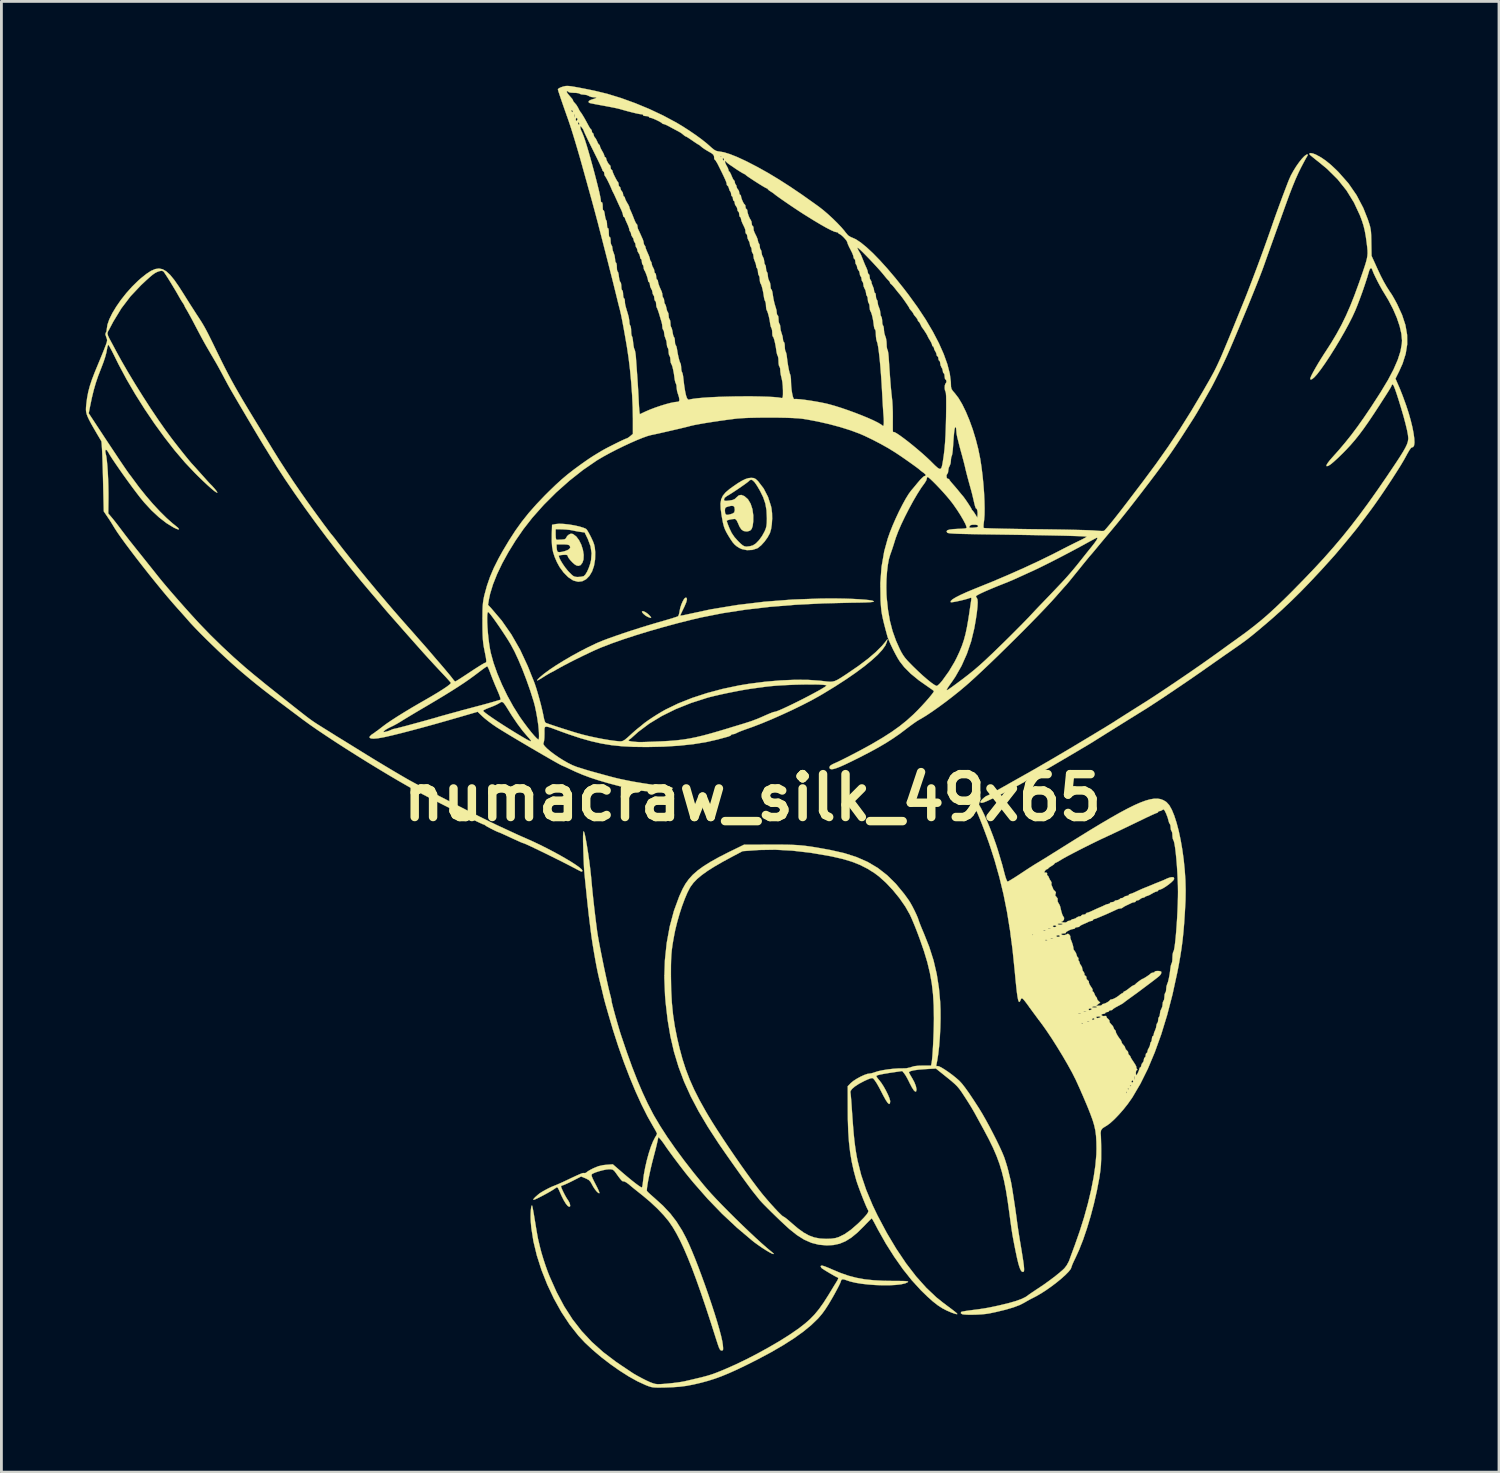
<source format=kicad_pcb>
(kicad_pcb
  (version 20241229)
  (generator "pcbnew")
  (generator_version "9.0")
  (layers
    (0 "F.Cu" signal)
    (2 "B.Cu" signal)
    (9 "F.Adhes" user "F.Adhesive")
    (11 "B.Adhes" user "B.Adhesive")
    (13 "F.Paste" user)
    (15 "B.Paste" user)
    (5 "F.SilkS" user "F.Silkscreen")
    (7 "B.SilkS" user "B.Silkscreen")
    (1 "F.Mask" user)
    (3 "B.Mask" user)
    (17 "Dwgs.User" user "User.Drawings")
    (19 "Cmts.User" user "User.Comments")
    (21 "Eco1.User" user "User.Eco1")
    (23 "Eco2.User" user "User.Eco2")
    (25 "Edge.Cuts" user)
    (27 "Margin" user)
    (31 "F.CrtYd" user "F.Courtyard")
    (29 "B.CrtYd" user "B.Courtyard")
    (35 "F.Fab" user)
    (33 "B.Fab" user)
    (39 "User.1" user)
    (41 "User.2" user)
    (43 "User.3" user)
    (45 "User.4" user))
  (footprint "numacraw_silk_49x65"
    (layer "F.Cu")
    (at 23.7 25.3)
    (property "Reference" "numacraw_silk_49x65" (at 0 0 0) (layer "F.SilkS") (effects (font (size 1.524 1.524) (thickness 0.3))))
    (attr through_hole)
    (fp_poly (pts (xy -3.813 -6.594) (xy -3.729 -6.536) (xy -3.669 -6.48) (xy -3.614 -6.416) (xy -3.608 -6.388) (xy -3.653 -6.395) (xy -3.731 -6.426) (xy -3.806 -6.47) (xy -3.875 -6.527) (xy -3.922 -6.581) (xy -3.933 -6.618) (xy -3.931 -6.621) (xy -3.886 -6.625) (xy -3.813 -6.594)) (stroke (width 0.01) (type solid)) (fill yes) (layer "F.SilkS"))
    (fp_poly (pts (xy -2.344 -7.099) (xy -2.334 -7.044) (xy -2.359 -6.943) (xy -2.42 -6.799) (xy -2.441 -6.754) (xy -2.498 -6.637) (xy -2.543 -6.542) (xy -2.568 -6.484) (xy -2.572 -6.472) (xy -2.544 -6.469) (xy -2.471 -6.48) (xy -2.389 -6.498) (xy -1.491 -6.691) (xy -0.551 -6.846) (xy 0.421 -6.963) (xy 1.415 -7.04) (xy 2.422 -7.076) (xy 2.778 -7.079) (xy 3.042 -7.077) (xy 3.304 -7.072) (xy 3.554 -7.063) (xy 3.782 -7.051) (xy 3.979 -7.037) (xy 4.135 -7.021) (xy 4.241 -7.004) (xy 4.263 -6.998) (xy 4.304 -6.981) (xy 4.304 -6.966) (xy 4.259 -6.955) (xy 4.165 -6.945) (xy 4.019 -6.938) (xy 3.817 -6.933) (xy 3.555 -6.929) (xy 3.535 -6.929) (xy 2.506 -6.904) (xy 1.534 -6.855) (xy 0.616 -6.781) (xy -0.249 -6.681) (xy -1.062 -6.556) (xy -1.827 -6.405) (xy -2.143 -6.331) (xy -2.661 -6.201) (xy -3.174 -6.062) (xy -3.675 -5.918) (xy -4.152 -5.772) (xy -4.598 -5.626) (xy -5.002 -5.484) (xy -5.355 -5.348) (xy -5.44 -5.313) (xy -5.605 -5.241) (xy -5.806 -5.148) (xy -6.029 -5.041) (xy -6.26 -4.928) (xy -6.486 -4.814) (xy -6.693 -4.706) (xy -6.868 -4.611) (xy -6.986 -4.544) (xy -7.077 -4.492) (xy -7.158 -4.451) (xy -7.168 -4.446) (xy -7.23 -4.413) (xy -7.325 -4.357) (xy -7.432 -4.29) (xy -7.436 -4.287) (xy -7.56 -4.21) (xy -7.635 -4.17) (xy -7.66 -4.169) (xy -7.636 -4.205) (xy -7.573 -4.268) (xy -7.422 -4.395) (xy -7.224 -4.541) (xy -6.986 -4.7) (xy -6.72 -4.865) (xy -6.435 -5.032) (xy -6.141 -5.193) (xy -5.848 -5.344) (xy -5.566 -5.479) (xy -5.468 -5.522) (xy -5.311 -5.586) (xy -5.104 -5.664) (xy -4.858 -5.751) (xy -4.585 -5.845) (xy -4.294 -5.941) (xy -3.999 -6.035) (xy -3.708 -6.125) (xy -3.435 -6.206) (xy -3.318 -6.24) (xy -3.126 -6.295) (xy -2.953 -6.346) (xy -2.811 -6.39) (xy -2.707 -6.424) (xy -2.653 -6.445) (xy -2.648 -6.448) (xy -2.624 -6.495) (xy -2.602 -6.581) (xy -2.594 -6.633) (xy -2.571 -6.746) (xy -2.532 -6.866) (xy -2.483 -6.978) (xy -2.434 -7.063) (xy -2.391 -7.105) (xy -2.389 -7.105) (xy -2.344 -7.099)) (stroke (width 0.01) (type solid)) (fill yes) (layer "F.SilkS"))
    (fp_poly (pts (xy -6.713 -9.728) (xy -6.527 -9.708) (xy -6.335 -9.676) (xy -6.156 -9.636) (xy -6.007 -9.59) (xy -5.913 -9.546) (xy -5.883 -9.508) (xy -5.834 -9.427) (xy -5.774 -9.316) (xy -5.741 -9.251) (xy -5.674 -9.108) (xy -5.633 -8.995) (xy -5.609 -8.887) (xy -5.597 -8.759) (xy -5.594 -8.72) (xy -5.599 -8.465) (xy -5.638 -8.237) (xy -5.706 -8.04) (xy -5.801 -7.88) (xy -5.918 -7.762) (xy -6.052 -7.692) (xy -6.2 -7.673) (xy -6.358 -7.712) (xy -6.387 -7.725) (xy -6.554 -7.836) (xy -6.716 -7.999) (xy -6.862 -8.199) (xy -6.953 -8.366) (xy -7.037 -8.558) (xy -7.093 -8.735) (xy -7.126 -8.916) (xy -7.132 -9.001) (xy -6.969 -9.001) (xy -6.965 -8.878) (xy -6.954 -8.794) (xy -6.93 -8.738) (xy -6.924 -8.733) (xy -6.865 -8.724) (xy -6.771 -8.736) (xy -6.667 -8.763) (xy -6.573 -8.8) (xy -6.518 -8.835) (xy -6.481 -8.891) (xy -6.497 -8.946) (xy -6.497 -8.946) (xy -6.53 -8.977) (xy -6.592 -8.994) (xy -6.697 -9.001) (xy -6.75 -9.001) (xy -6.969 -9.001) (xy -7.132 -9.001) (xy -7.139 -9.122) (xy -7.138 -9.333) (xy -7.138 -9.35) (xy -7.001 -9.35) (xy -6.996 -9.233) (xy -6.98 -9.174) (xy -6.961 -9.163) (xy -6.906 -9.166) (xy -6.817 -9.17) (xy -6.782 -9.171) (xy -6.688 -9.181) (xy -6.641 -9.208) (xy -6.627 -9.236) (xy -6.59 -9.297) (xy -6.532 -9.348) (xy -6.459 -9.382) (xy -6.392 -9.371) (xy -6.378 -9.364) (xy -6.266 -9.28) (xy -6.168 -9.148) (xy -6.088 -8.985) (xy -6.032 -8.807) (xy -6.004 -8.628) (xy -6.011 -8.466) (xy -6.047 -8.353) (xy -6.113 -8.265) (xy -6.193 -8.237) (xy -6.264 -8.253) (xy -6.329 -8.293) (xy -6.408 -8.364) (xy -6.485 -8.447) (xy -6.545 -8.526) (xy -6.572 -8.585) (xy -6.572 -8.589) (xy -6.586 -8.619) (xy -6.636 -8.631) (xy -6.731 -8.629) (xy -6.821 -8.619) (xy -6.879 -8.604) (xy -6.89 -8.594) (xy -6.871 -8.525) (xy -6.82 -8.422) (xy -6.747 -8.302) (xy -6.661 -8.178) (xy -6.571 -8.066) (xy -6.537 -8.029) (xy -6.445 -7.936) (xy -6.379 -7.88) (xy -6.321 -7.853) (xy -6.257 -7.843) (xy -6.209 -7.842) (xy -6.105 -7.849) (xy -6.019 -7.867) (xy -5.997 -7.876) (xy -5.942 -7.931) (xy -5.881 -8.033) (xy -5.822 -8.166) (xy -5.772 -8.313) (xy -5.742 -8.438) (xy -5.723 -8.687) (xy -5.76 -8.933) (xy -5.855 -9.189) (xy -5.859 -9.197) (xy -5.97 -9.426) (xy -6.12 -9.445) (xy -6.246 -9.465) (xy -6.372 -9.491) (xy -6.4 -9.497) (xy -6.5 -9.515) (xy -6.633 -9.529) (xy -6.766 -9.536) (xy -7.001 -9.541) (xy -7.001 -9.35) (xy -7.138 -9.35) (xy -7.128 -9.697) (xy -7.001 -9.723) (xy -6.877 -9.734) (xy -6.713 -9.728)) (stroke (width 0.01) (type solid)) (fill yes) (layer "F.SilkS"))
    (fp_poly (pts (xy 0.042 -11.358) (xy 0.111 -11.324) (xy 0.188 -11.252) (xy 0.193 -11.247) (xy 0.392 -10.988) (xy 0.547 -10.689) (xy 0.653 -10.362) (xy 0.67 -10.285) (xy 0.691 -10.112) (xy 0.695 -9.917) (xy 0.683 -9.721) (xy 0.656 -9.543) (xy 0.616 -9.406) (xy 0.612 -9.397) (xy 0.531 -9.248) (xy 0.424 -9.1) (xy 0.307 -8.971) (xy 0.193 -8.878) (xy 0.16 -8.859) (xy -0.012 -8.804) (xy -0.201 -8.796) (xy -0.383 -8.834) (xy -0.471 -8.874) (xy -0.562 -8.931) (xy -0.637 -8.994) (xy -0.708 -9.075) (xy -0.786 -9.189) (xy -0.859 -9.306) (xy -0.929 -9.426) (xy -0.98 -9.53) (xy -1.019 -9.636) (xy -1.052 -9.762) (xy -1.083 -9.923) (xy -1.102 -10.033) (xy -1.124 -10.193) (xy -0.984 -10.193) (xy -0.976 -10.105) (xy -0.943 -10.058) (xy -0.878 -10.05) (xy -0.771 -10.077) (xy -0.706 -10.1) (xy -0.655 -10.135) (xy -0.636 -10.203) (xy -0.635 -10.24) (xy -0.646 -10.325) (xy -0.686 -10.367) (xy -0.765 -10.371) (xy -0.854 -10.351) (xy -0.936 -10.325) (xy -0.974 -10.291) (xy -0.984 -10.229) (xy -0.984 -10.193) (xy -1.124 -10.193) (xy -1.134 -10.265) (xy -1.141 -10.451) (xy -1.117 -10.601) (xy -1.117 -10.601) (xy -1.016 -10.601) (xy -1.011 -10.565) (xy -0.986 -10.549) (xy -0.926 -10.548) (xy -0.833 -10.558) (xy -0.716 -10.578) (xy -0.637 -10.611) (xy -0.575 -10.668) (xy -0.572 -10.671) (xy -0.489 -10.743) (xy -0.404 -10.759) (xy -0.3 -10.719) (xy -0.287 -10.711) (xy -0.166 -10.605) (xy -0.072 -10.449) (xy -0.007 -10.253) (xy 0.024 -10.028) (xy 0.022 -9.816) (xy 0.002 -9.656) (xy -0.033 -9.551) (xy -0.091 -9.489) (xy -0.176 -9.464) (xy -0.225 -9.461) (xy -0.32 -9.477) (xy -0.397 -9.53) (xy -0.464 -9.629) (xy -0.521 -9.761) (xy -0.57 -9.86) (xy -0.619 -9.904) (xy -0.63 -9.906) (xy -0.725 -9.898) (xy -0.819 -9.881) (xy -0.891 -9.859) (xy -0.921 -9.837) (xy -0.921 -9.836) (xy -0.909 -9.795) (xy -0.879 -9.711) (xy -0.835 -9.6) (xy -0.821 -9.566) (xy -0.742 -9.402) (xy -0.647 -9.262) (xy -0.523 -9.123) (xy -0.422 -9.024) (xy -0.349 -8.964) (xy -0.29 -8.933) (xy -0.23 -8.922) (xy -0.209 -8.922) (xy -0.096 -8.935) (xy 0.012 -8.966) (xy 0.117 -9.035) (xy 0.229 -9.151) (xy 0.337 -9.3) (xy 0.427 -9.463) (xy 0.467 -9.559) (xy 0.491 -9.65) (xy 0.503 -9.758) (xy 0.507 -9.903) (xy 0.507 -9.938) (xy 0.494 -10.213) (xy 0.453 -10.451) (xy 0.376 -10.677) (xy 0.269 -10.896) (xy 0.164 -11.076) (xy 0.079 -11.201) (xy 0.009 -11.274) (xy -0.05 -11.3) (xy -0.102 -11.281) (xy -0.125 -11.258) (xy -0.167 -11.221) (xy -0.251 -11.158) (xy -0.362 -11.079) (xy -0.491 -10.99) (xy -0.623 -10.901) (xy -0.747 -10.82) (xy -0.85 -10.756) (xy -0.913 -10.72) (xy -0.992 -10.66) (xy -1.016 -10.601) (xy -1.117 -10.601) (xy -1.058 -10.729) (xy -0.959 -10.849) (xy -0.815 -10.971) (xy -0.714 -11.044) (xy -0.527 -11.173) (xy -0.376 -11.264) (xy -0.253 -11.323) (xy -0.147 -11.356) (xy -0.047 -11.366) (xy -0.046 -11.366) (xy 0.042 -11.358)) (stroke (width 0.01) (type solid)) (fill yes) (layer "F.SilkS"))
    (fp_poly (pts (xy -7.834 14.51) (xy -7.823 14.556) (xy -7.804 14.653) (xy -7.779 14.79) (xy -7.752 14.955) (xy -7.731 15.081) (xy -7.701 15.265) (xy -7.672 15.435) (xy -7.647 15.577) (xy -7.628 15.679) (xy -7.619 15.716) (xy -7.595 15.816) (xy -7.566 15.938) (xy -7.555 15.986) (xy -7.506 16.173) (xy -7.439 16.395) (xy -7.362 16.629) (xy -7.282 16.853) (xy -7.219 17.012) (xy -6.968 17.574) (xy -6.698 18.081) (xy -6.403 18.54) (xy -6.078 18.959) (xy -5.716 19.346) (xy -5.312 19.708) (xy -4.858 20.052) (xy -4.636 20.203) (xy -4.519 20.281) (xy -4.42 20.347) (xy -4.353 20.392) (xy -4.332 20.406) (xy -4.234 20.471) (xy -4.097 20.55) (xy -3.942 20.634) (xy -3.787 20.712) (xy -3.653 20.774) (xy -3.602 20.794) (xy -3.523 20.822) (xy -3.453 20.84) (xy -3.378 20.848) (xy -3.283 20.847) (xy -3.151 20.838) (xy -3.02 20.827) (xy -2.845 20.809) (xy -2.674 20.788) (xy -2.525 20.766) (xy -2.429 20.748) (xy -2.16 20.686) (xy -1.943 20.634) (xy -1.767 20.591) (xy -1.621 20.552) (xy -1.495 20.514) (xy -1.379 20.475) (xy -1.261 20.43) (xy -1.131 20.378) (xy -0.984 20.317) (xy -0.609 20.151) (xy -0.214 19.961) (xy 0.187 19.753) (xy 0.582 19.535) (xy 0.959 19.315) (xy 1.304 19.098) (xy 1.604 18.892) (xy 1.668 18.846) (xy 1.87 18.688) (xy 2.046 18.532) (xy 2.206 18.367) (xy 2.359 18.181) (xy 2.514 17.964) (xy 2.68 17.705) (xy 2.766 17.565) (xy 2.838 17.446) (xy 2.904 17.337) (xy 2.953 17.259) (xy 2.96 17.247) (xy 3.02 17.149) (xy 3.044 17.091) (xy 3.037 17.063) (xy 3.028 17.059) (xy 2.974 17.034) (xy 2.884 16.985) (xy 2.773 16.921) (xy 2.658 16.853) (xy 2.554 16.789) (xy 2.477 16.739) (xy 2.446 16.715) (xy 2.419 16.663) (xy 2.432 16.637) (xy 2.477 16.634) (xy 2.574 16.664) (xy 2.725 16.725) (xy 2.813 16.764) (xy 3.112 16.89) (xy 3.399 16.991) (xy 3.685 17.066) (xy 3.985 17.121) (xy 4.311 17.155) (xy 4.676 17.174) (xy 4.983 17.178) (xy 5.19 17.179) (xy 5.341 17.181) (xy 5.442 17.185) (xy 5.501 17.192) (xy 5.526 17.202) (xy 5.522 17.215) (xy 5.514 17.223) (xy 5.42 17.266) (xy 5.273 17.299) (xy 5.085 17.32) (xy 4.866 17.332) (xy 4.625 17.333) (xy 4.374 17.324) (xy 4.123 17.306) (xy 3.881 17.279) (xy 3.66 17.243) (xy 3.469 17.198) (xy 3.357 17.16) (xy 3.249 17.124) (xy 3.184 17.12) (xy 3.149 17.151) (xy 3.133 17.201) (xy 3.112 17.256) (xy 3.064 17.356) (xy 2.995 17.488) (xy 2.911 17.643) (xy 2.835 17.778) (xy 2.7 18.007) (xy 2.581 18.192) (xy 2.469 18.346) (xy 2.354 18.481) (xy 2.322 18.517) (xy 2.084 18.747) (xy 1.801 18.98) (xy 1.469 19.218) (xy 1.085 19.463) (xy 0.647 19.717) (xy 0.152 19.981) (xy -0.227 20.171) (xy -0.555 20.329) (xy -0.843 20.458) (xy -1.102 20.565) (xy -1.346 20.654) (xy -1.588 20.73) (xy -1.834 20.797) (xy -2.108 20.861) (xy -2.355 20.908) (xy -2.599 20.939) (xy -2.862 20.957) (xy -3.127 20.966) (xy -3.304 20.969) (xy -3.432 20.968) (xy -3.529 20.962) (xy -3.61 20.947) (xy -3.691 20.922) (xy -3.788 20.885) (xy -3.813 20.874) (xy -4.095 20.744) (xy -4.404 20.572) (xy -4.729 20.365) (xy -5.058 20.134) (xy -5.38 19.886) (xy -5.684 19.629) (xy -5.959 19.372) (xy -6.191 19.124) (xy -6.503 18.728) (xy -6.795 18.286) (xy -7.061 17.809) (xy -7.298 17.308) (xy -7.502 16.794) (xy -7.668 16.277) (xy -7.791 15.768) (xy -7.867 15.277) (xy -7.886 15.05) (xy -7.89 14.907) (xy -7.888 14.77) (xy -7.881 14.651) (xy -7.87 14.558) (xy -7.856 14.504) (xy -7.84 14.499) (xy -7.834 14.51)) (stroke (width 0.01) (type solid)) (fill yes) (layer "F.SilkS"))
    (fp_poly (pts (xy -5.994 1.209) (xy -5.971 1.28) (xy -5.942 1.414) (xy -5.906 1.61) (xy -5.893 1.684) (xy -5.845 1.985) (xy -5.805 2.262) (xy -5.771 2.538) (xy -5.739 2.835) (xy -5.714 3.111) (xy -5.693 3.327) (xy -5.666 3.587) (xy -5.634 3.875) (xy -5.599 4.172) (xy -5.563 4.462) (xy -5.529 4.726) (xy -5.525 4.758) (xy -5.505 4.886) (xy -5.474 5.062) (xy -5.434 5.275) (xy -5.387 5.514) (xy -5.336 5.768) (xy -5.283 6.028) (xy -5.229 6.282) (xy -5.177 6.52) (xy -5.13 6.732) (xy -5.088 6.906) (xy -5.056 7.033) (xy -5.046 7.067) (xy -5.025 7.154) (xy -5.016 7.22) (xy -5.008 7.269) (xy -4.984 7.367) (xy -4.949 7.503) (xy -4.905 7.666) (xy -4.856 7.843) (xy -4.804 8.024) (xy -4.753 8.197) (xy -4.707 8.351) (xy -4.671 8.461) (xy -4.473 9.045) (xy -4.283 9.572) (xy -4.097 10.048) (xy -3.913 10.48) (xy -3.73 10.872) (xy -3.544 11.232) (xy -3.496 11.319) (xy -3.284 11.676) (xy -3.031 12.067) (xy -2.742 12.481) (xy -2.425 12.91) (xy -2.086 13.345) (xy -1.732 13.778) (xy -1.622 13.906) (xy -1.474 14.074) (xy -1.291 14.27) (xy -1.081 14.488) (xy -0.852 14.72) (xy -0.612 14.959) (xy -0.367 15.197) (xy -0.125 15.428) (xy 0.106 15.645) (xy 0.319 15.839) (xy 0.508 16.005) (xy 0.663 16.134) (xy 0.715 16.175) (xy 0.749 16.21) (xy 0.739 16.223) (xy 0.686 16.206) (xy 0.594 16.158) (xy 0.474 16.087) (xy 0.337 15.999) (xy 0.196 15.902) (xy 0.061 15.804) (xy -0.015 15.744) (xy -0.565 15.278) (xy -1.088 14.788) (xy -1.595 14.263) (xy -2.097 13.691) (xy -2.27 13.482) (xy -2.391 13.332) (xy -2.528 13.155) (xy -2.673 12.965) (xy -2.817 12.774) (xy -2.948 12.595) (xy -3.059 12.441) (xy -3.139 12.323) (xy -3.205 12.23) (xy -3.27 12.147) (xy -3.282 12.134) (xy -3.349 12.06) (xy -3.385 12.229) (xy -3.408 12.33) (xy -3.442 12.471) (xy -3.484 12.633) (xy -3.518 12.764) (xy -3.572 12.973) (xy -3.623 13.186) (xy -3.668 13.392) (xy -3.707 13.582) (xy -3.736 13.747) (xy -3.754 13.875) (xy -3.76 13.958) (xy -3.755 13.982) (xy -3.722 14.02) (xy -3.651 14.088) (xy -3.555 14.173) (xy -3.493 14.227) (xy -3.187 14.504) (xy -2.929 14.779) (xy -2.707 15.067) (xy -2.507 15.384) (xy -2.365 15.652) (xy -2.268 15.857) (xy -2.161 16.104) (xy -2.046 16.384) (xy -1.927 16.69) (xy -1.806 17.014) (xy -1.685 17.348) (xy -1.567 17.685) (xy -1.456 18.016) (xy -1.352 18.335) (xy -1.26 18.633) (xy -1.182 18.902) (xy -1.12 19.136) (xy -1.078 19.325) (xy -1.058 19.455) (xy -1.049 19.563) (xy -1.051 19.623) (xy -1.068 19.648) (xy -1.102 19.653) (xy -1.104 19.653) (xy -1.134 19.645) (xy -1.162 19.614) (xy -1.194 19.551) (xy -1.232 19.445) (xy -1.283 19.289) (xy -1.286 19.28) (xy -1.485 18.655) (xy -1.671 18.088) (xy -1.845 17.577) (xy -2.008 17.117) (xy -2.161 16.707) (xy -2.307 16.343) (xy -2.445 16.021) (xy -2.578 15.738) (xy -2.706 15.492) (xy -2.831 15.278) (xy -2.955 15.095) (xy -2.986 15.052) (xy -3.164 14.838) (xy -3.384 14.607) (xy -3.634 14.373) (xy -3.899 14.149) (xy -3.905 14.145) (xy -4.041 14.036) (xy -4.139 13.958) (xy -4.212 13.9) (xy -4.271 13.851) (xy -4.328 13.804) (xy -4.395 13.747) (xy -4.402 13.741) (xy -4.485 13.68) (xy -4.553 13.644) (xy -4.584 13.639) (xy -4.611 13.639) (xy -4.648 13.615) (xy -4.699 13.558) (xy -4.773 13.462) (xy -4.858 13.343) (xy -4.92 13.263) (xy -4.973 13.223) (xy -5.042 13.209) (xy -5.095 13.208) (xy -5.198 13.218) (xy -5.327 13.244) (xy -5.464 13.281) (xy -5.588 13.322) (xy -5.68 13.363) (xy -5.71 13.383) (xy -5.724 13.41) (xy -5.718 13.456) (xy -5.689 13.531) (xy -5.634 13.644) (xy -5.589 13.731) (xy -5.524 13.857) (xy -5.475 13.962) (xy -5.447 14.033) (xy -5.443 14.058) (xy -5.479 14.054) (xy -5.534 14.007) (xy -5.6 13.927) (xy -5.665 13.829) (xy -5.702 13.761) (xy -5.76 13.658) (xy -5.821 13.592) (xy -5.91 13.543) (xy -5.938 13.531) (xy -6.094 13.466) (xy -6.402 13.623) (xy -6.531 13.687) (xy -6.642 13.738) (xy -6.72 13.771) (xy -6.75 13.78) (xy -6.801 13.8) (xy -6.809 13.809) (xy -6.803 13.848) (xy -6.772 13.925) (xy -6.725 14.025) (xy -6.669 14.133) (xy -6.613 14.232) (xy -6.564 14.306) (xy -6.554 14.319) (xy -6.516 14.386) (xy -6.492 14.454) (xy -6.484 14.518) (xy -6.509 14.541) (xy -6.521 14.541) (xy -6.571 14.513) (xy -6.637 14.433) (xy -6.712 14.311) (xy -6.79 14.156) (xy -6.827 14.073) (xy -6.88 13.952) (xy -6.916 13.881) (xy -6.945 13.852) (xy -6.974 13.855) (xy -7.003 13.877) (xy -7.067 13.921) (xy -7.164 13.982) (xy -7.285 14.051) (xy -7.415 14.122) (xy -7.543 14.189) (xy -7.655 14.245) (xy -7.741 14.283) (xy -7.786 14.297) (xy -7.79 14.297) (xy -7.786 14.266) (xy -7.732 14.205) (xy -7.63 14.115) (xy -7.569 14.066) (xy -7.493 14.017) (xy -7.381 13.953) (xy -7.256 13.887) (xy -7.138 13.831) (xy -7.064 13.801) (xy -6.983 13.769) (xy -6.863 13.717) (xy -6.721 13.653) (xy -6.604 13.598) (xy -6.409 13.505) (xy -6.262 13.437) (xy -6.157 13.39) (xy -6.085 13.361) (xy -6.038 13.345) (xy -6.008 13.342) (xy -5.987 13.346) (xy -5.985 13.346) (xy -5.93 13.339) (xy -5.906 13.32) (xy -5.861 13.285) (xy -5.776 13.234) (xy -5.668 13.178) (xy -5.658 13.173) (xy -5.486 13.102) (xy -5.318 13.063) (xy -5.207 13.051) (xy -4.969 13.033) (xy -4.651 13.308) (xy -4.47 13.462) (xy -4.305 13.598) (xy -4.163 13.71) (xy -4.05 13.793) (xy -3.971 13.844) (xy -3.934 13.857) (xy -3.934 13.857) (xy -3.921 13.822) (xy -3.907 13.741) (xy -3.894 13.631) (xy -3.894 13.63) (xy -3.864 13.393) (xy -3.817 13.14) (xy -3.758 12.884) (xy -3.69 12.637) (xy -3.617 12.412) (xy -3.541 12.222) (xy -3.468 12.08) (xy -3.455 12.06) (xy -3.415 11.992) (xy -3.397 11.945) (xy -3.397 11.944) (xy -3.413 11.904) (xy -3.454 11.825) (xy -3.513 11.723) (xy -3.527 11.699) (xy -3.735 11.333) (xy -3.947 10.911) (xy -4.16 10.443) (xy -4.371 9.936) (xy -4.577 9.399) (xy -4.775 8.838) (xy -4.96 8.264) (xy -5.131 7.683) (xy -5.144 7.636) (xy -5.169 7.55) (xy -5.201 7.436) (xy -5.222 7.366) (xy -5.256 7.241) (xy -5.288 7.118) (xy -5.301 7.064) (xy -5.321 6.98) (xy -5.351 6.853) (xy -5.387 6.704) (xy -5.412 6.604) (xy -5.454 6.433) (xy -5.49 6.276) (xy -5.523 6.121) (xy -5.556 5.953) (xy -5.592 5.759) (xy -5.633 5.526) (xy -5.665 5.334) (xy -5.693 5.163) (xy -5.721 4.978) (xy -5.743 4.813) (xy -5.748 4.778) (xy -5.768 4.614) (xy -5.791 4.433) (xy -5.809 4.286) (xy -5.822 4.183) (xy -5.839 4.029) (xy -5.86 3.838) (xy -5.883 3.623) (xy -5.906 3.396) (xy -5.929 3.17) (xy -5.951 2.959) (xy -5.969 2.775) (xy -5.982 2.632) (xy -5.987 2.572) (xy -5.992 2.496) (xy -5.998 2.368) (xy -6.005 2.203) (xy -6.012 2.012) (xy -6.019 1.807) (xy -6.019 1.794) (xy -6.026 1.551) (xy -6.026 1.371) (xy -6.021 1.255) (xy -6.011 1.201) (xy -5.994 1.209)) (stroke (width 0.01) (type solid)) (fill yes) (layer "F.SilkS"))
    (fp_poly (pts (xy 19.911 -22.896) (xy 20.01 -22.859) (xy 20.038 -22.845) (xy 20.21 -22.75) (xy 20.375 -22.637) (xy 20.546 -22.497) (xy 20.735 -22.321) (xy 20.828 -22.228) (xy 21.175 -21.835) (xy 21.466 -21.414) (xy 21.705 -20.959) (xy 21.864 -20.558) (xy 21.91 -20.42) (xy 21.944 -20.309) (xy 21.965 -20.21) (xy 21.979 -20.106) (xy 21.986 -19.978) (xy 21.99 -19.811) (xy 21.991 -19.733) (xy 21.999 -19.256) (xy 22.205 -18.802) (xy 22.323 -18.55) (xy 22.432 -18.339) (xy 22.541 -18.15) (xy 22.66 -17.965) (xy 22.706 -17.899) (xy 22.747 -17.832) (xy 22.807 -17.727) (xy 22.876 -17.6) (xy 22.911 -17.534) (xy 23.085 -17.155) (xy 23.203 -16.796) (xy 23.263 -16.45) (xy 23.266 -16.111) (xy 23.212 -15.772) (xy 23.102 -15.427) (xy 22.979 -15.153) (xy 22.849 -14.892) (xy 22.922 -14.724) (xy 22.972 -14.611) (xy 23.01 -14.521) (xy 23.045 -14.433) (xy 23.088 -14.324) (xy 23.126 -14.224) (xy 23.228 -13.943) (xy 23.317 -13.67) (xy 23.391 -13.409) (xy 23.45 -13.168) (xy 23.492 -12.952) (xy 23.517 -12.767) (xy 23.524 -12.619) (xy 23.51 -12.515) (xy 23.476 -12.46) (xy 23.44 -12.453) (xy 23.401 -12.429) (xy 23.341 -12.346) (xy 23.26 -12.205) (xy 23.228 -12.144) (xy 23.148 -12) (xy 23.038 -11.815) (xy 22.902 -11.598) (xy 22.749 -11.359) (xy 22.584 -11.108) (xy 22.414 -10.854) (xy 22.245 -10.608) (xy 22.084 -10.379) (xy 21.937 -10.178) (xy 21.89 -10.115) (xy 21.784 -9.974) (xy 21.687 -9.846) (xy 21.607 -9.74) (xy 21.553 -9.668) (xy 21.542 -9.653) (xy 21.487 -9.582) (xy 21.399 -9.472) (xy 21.288 -9.336) (xy 21.162 -9.183) (xy 21.031 -9.024) (xy 20.902 -8.87) (xy 20.785 -8.731) (xy 20.689 -8.618) (xy 20.637 -8.56) (xy 20.227 -8.106) (xy 19.845 -7.697) (xy 19.485 -7.325) (xy 19.139 -6.984) (xy 18.8 -6.665) (xy 18.461 -6.362) (xy 18.317 -6.238) (xy 18.105 -6.058) (xy 17.932 -5.912) (xy 17.786 -5.792) (xy 17.659 -5.69) (xy 17.54 -5.598) (xy 17.419 -5.509) (xy 17.286 -5.414) (xy 17.132 -5.307) (xy 17.09 -5.278) (xy 16.965 -5.191) (xy 16.799 -5.076) (xy 16.605 -4.94) (xy 16.394 -4.792) (xy 16.178 -4.641) (xy 16.012 -4.524) (xy 15.788 -4.368) (xy 15.542 -4.198) (xy 15.282 -4.021) (xy 15.018 -3.842) (xy 14.758 -3.667) (xy 14.512 -3.503) (xy 14.287 -3.355) (xy 14.095 -3.229) (xy 13.942 -3.132) (xy 13.901 -3.107) (xy 13.812 -3.052) (xy 13.685 -2.974) (xy 13.53 -2.877) (xy 13.352 -2.767) (xy 13.162 -2.648) (xy 12.966 -2.526) (xy 12.772 -2.405) (xy 12.589 -2.291) (xy 12.425 -2.188) (xy 12.287 -2.102) (xy 12.184 -2.037) (xy 12.123 -1.999) (xy 12.113 -1.992) (xy 12.073 -1.967) (xy 11.987 -1.915) (xy 11.865 -1.842) (xy 11.716 -1.754) (xy 11.548 -1.654) (xy 11.371 -1.549) (xy 11.194 -1.445) (xy 11.025 -1.346) (xy 10.875 -1.258) (xy 10.752 -1.186) (xy 10.706 -1.159) (xy 10.391 -0.977) (xy 10.124 -0.823) (xy 9.896 -0.693) (xy 9.701 -0.582) (xy 9.531 -0.487) (xy 9.378 -0.403) (xy 9.235 -0.327) (xy 9.095 -0.254) (xy 8.95 -0.179) (xy 8.792 -0.1) (xy 8.684 -0.046) (xy 8.483 0.052) (xy 8.332 0.122) (xy 8.224 0.166) (xy 8.153 0.185) (xy 8.112 0.181) (xy 8.097 0.157) (xy 8.096 0.147) (xy 8.119 0.107) (xy 8.174 0.049) (xy 8.242 -0.011) (xy 8.302 -0.053) (xy 8.329 -0.064) (xy 8.362 -0.078) (xy 8.436 -0.117) (xy 8.536 -0.172) (xy 8.562 -0.186) (xy 8.648 -0.235) (xy 8.779 -0.309) (xy 8.947 -0.403) (xy 9.14 -0.512) (xy 9.349 -0.63) (xy 9.557 -0.747) (xy 9.962 -0.976) (xy 10.371 -1.212) (xy 10.796 -1.46) (xy 11.248 -1.727) (xy 11.739 -2.021) (xy 11.827 -2.074) (xy 11.993 -2.174) (xy 12.176 -2.284) (xy 12.349 -2.389) (xy 12.43 -2.437) (xy 12.563 -2.518) (xy 12.688 -2.595) (xy 12.788 -2.656) (xy 12.827 -2.682) (xy 12.899 -2.728) (xy 13.013 -2.801) (xy 13.159 -2.894) (xy 13.323 -2.998) (xy 13.496 -3.107) (xy 13.666 -3.214) (xy 13.82 -3.311) (xy 13.851 -3.331) (xy 14.102 -3.49) (xy 14.393 -3.68) (xy 14.715 -3.894) (xy 15.056 -4.124) (xy 15.407 -4.362) (xy 15.757 -4.603) (xy 16.095 -4.839) (xy 16.41 -5.063) (xy 16.674 -5.253) (xy 16.827 -5.364) (xy 16.992 -5.483) (xy 17.146 -5.593) (xy 17.227 -5.652) (xy 17.535 -5.875) (xy 17.82 -6.094) (xy 18.092 -6.315) (xy 18.362 -6.55) (xy 18.642 -6.809) (xy 18.943 -7.099) (xy 19.177 -7.332) (xy 19.586 -7.749) (xy 19.962 -8.142) (xy 20.312 -8.52) (xy 20.64 -8.892) (xy 20.955 -9.264) (xy 21.262 -9.645) (xy 21.568 -10.043) (xy 21.88 -10.466) (xy 22.203 -10.921) (xy 22.544 -11.417) (xy 22.873 -11.907) (xy 23.016 -12.126) (xy 23.126 -12.303) (xy 23.205 -12.444) (xy 23.259 -12.559) (xy 23.29 -12.655) (xy 23.303 -12.741) (xy 23.305 -12.776) (xy 23.293 -12.892) (xy 23.261 -13.063) (xy 23.208 -13.284) (xy 23.137 -13.551) (xy 23.047 -13.858) (xy 22.96 -14.141) (xy 22.892 -14.352) (xy 22.839 -14.507) (xy 22.798 -14.612) (xy 22.767 -14.671) (xy 22.742 -14.689) (xy 22.723 -14.672) (xy 22.713 -14.65) (xy 22.702 -14.624) (xy 22.685 -14.59) (xy 22.657 -14.541) (xy 22.614 -14.47) (xy 22.551 -14.37) (xy 22.464 -14.234) (xy 22.348 -14.054) (xy 22.305 -13.986) (xy 22.088 -13.653) (xy 21.896 -13.367) (xy 21.723 -13.12) (xy 21.562 -12.904) (xy 21.408 -12.711) (xy 21.254 -12.533) (xy 21.094 -12.361) (xy 20.989 -12.254) (xy 20.803 -12.072) (xy 20.655 -11.937) (xy 20.543 -11.844) (xy 20.462 -11.793) (xy 20.411 -11.781) (xy 20.395 -11.789) (xy 20.401 -11.825) (xy 20.443 -11.895) (xy 20.514 -11.988) (xy 20.595 -12.081) (xy 20.834 -12.349) (xy 21.06 -12.616) (xy 21.281 -12.892) (xy 21.501 -13.186) (xy 21.728 -13.507) (xy 21.969 -13.863) (xy 22.229 -14.264) (xy 22.335 -14.43) (xy 22.584 -14.844) (xy 22.782 -15.22) (xy 22.93 -15.561) (xy 23.028 -15.866) (xy 23.076 -16.136) (xy 23.082 -16.251) (xy 23.06 -16.489) (xy 22.997 -16.762) (xy 22.896 -17.06) (xy 22.761 -17.372) (xy 22.595 -17.689) (xy 22.454 -17.923) (xy 22.378 -18.047) (xy 22.295 -18.196) (xy 22.211 -18.354) (xy 22.135 -18.507) (xy 22.073 -18.639) (xy 22.034 -18.737) (xy 22.026 -18.76) (xy 21.998 -18.818) (xy 21.962 -18.817) (xy 21.926 -18.759) (xy 21.909 -18.709) (xy 21.848 -18.501) (xy 21.768 -18.254) (xy 21.677 -17.988) (xy 21.58 -17.721) (xy 21.485 -17.473) (xy 21.417 -17.307) (xy 21.317 -17.089) (xy 21.188 -16.835) (xy 21.038 -16.559) (xy 20.872 -16.27) (xy 20.698 -15.98) (xy 20.523 -15.702) (xy 20.353 -15.445) (xy 20.196 -15.222) (xy 20.058 -15.043) (xy 20.043 -15.026) (xy 19.956 -14.932) (xy 19.885 -14.875) (xy 19.837 -14.858) (xy 19.82 -14.883) (xy 19.828 -14.923) (xy 19.861 -15.001) (xy 19.923 -15.121) (xy 20.007 -15.271) (xy 20.105 -15.439) (xy 20.212 -15.613) (xy 20.32 -15.783) (xy 20.347 -15.823) (xy 20.564 -16.16) (xy 20.756 -16.482) (xy 20.93 -16.801) (xy 21.091 -17.131) (xy 21.245 -17.482) (xy 21.397 -17.867) (xy 21.555 -18.299) (xy 21.601 -18.431) (xy 21.685 -18.674) (xy 21.75 -18.867) (xy 21.798 -19.02) (xy 21.831 -19.145) (xy 21.85 -19.25) (xy 21.858 -19.347) (xy 21.856 -19.445) (xy 21.846 -19.556) (xy 21.83 -19.688) (xy 21.83 -19.692) (xy 21.796 -19.939) (xy 21.759 -20.144) (xy 21.715 -20.326) (xy 21.658 -20.505) (xy 21.59 -20.688) (xy 21.375 -21.15) (xy 21.111 -21.579) (xy 20.793 -21.977) (xy 20.42 -22.347) (xy 20.138 -22.58) (xy 20.015 -22.677) (xy 19.91 -22.762) (xy 19.834 -22.825) (xy 19.796 -22.86) (xy 19.795 -22.862) (xy 19.791 -22.898) (xy 19.834 -22.909) (xy 19.911 -22.896)) (stroke (width 0.01) (type solid)) (fill yes) (layer "F.SilkS"))
    (fp_poly (pts (xy 1.206 1.672) (xy 1.432 1.679) (xy 1.637 1.691) (xy 1.834 1.709) (xy 2.038 1.736) (xy 2.262 1.771) (xy 2.521 1.817) (xy 2.761 1.861) (xy 3.252 1.972) (xy 3.692 2.112) (xy 4.089 2.286) (xy 4.45 2.5) (xy 4.782 2.758) (xy 5.092 3.064) (xy 5.389 3.424) (xy 5.553 3.651) (xy 5.614 3.75) (xy 5.686 3.88) (xy 5.758 4.022) (xy 5.823 4.16) (xy 5.872 4.274) (xy 5.893 4.336) (xy 5.914 4.4) (xy 5.955 4.508) (xy 6.01 4.644) (xy 6.074 4.796) (xy 6.081 4.81) (xy 6.278 5.306) (xy 6.431 5.786) (xy 6.544 6.27) (xy 6.623 6.776) (xy 6.667 7.262) (xy 6.679 7.547) (xy 6.68 7.86) (xy 6.672 8.187) (xy 6.655 8.514) (xy 6.631 8.826) (xy 6.599 9.109) (xy 6.561 9.349) (xy 6.543 9.439) (xy 6.528 9.515) (xy 6.535 9.545) (xy 6.568 9.542) (xy 6.573 9.541) (xy 6.624 9.551) (xy 6.713 9.595) (xy 6.829 9.666) (xy 6.962 9.756) (xy 7.102 9.859) (xy 7.236 9.967) (xy 7.346 10.063) (xy 7.434 10.158) (xy 7.546 10.3) (xy 7.683 10.491) (xy 7.846 10.734) (xy 8.038 11.03) (xy 8.05 11.049) (xy 8.16 11.23) (xy 8.283 11.445) (xy 8.412 11.681) (xy 8.54 11.926) (xy 8.663 12.168) (xy 8.773 12.395) (xy 8.865 12.596) (xy 8.932 12.757) (xy 8.947 12.797) (xy 8.999 12.954) (xy 9.05 13.122) (xy 9.089 13.267) (xy 9.094 13.29) (xy 9.125 13.419) (xy 9.155 13.54) (xy 9.175 13.621) (xy 9.19 13.693) (xy 9.212 13.817) (xy 9.239 13.981) (xy 9.269 14.173) (xy 9.301 14.382) (xy 9.333 14.595) (xy 9.362 14.802) (xy 9.388 14.991) (xy 9.397 15.065) (xy 9.417 15.209) (xy 9.444 15.392) (xy 9.475 15.592) (xy 9.507 15.786) (xy 9.509 15.796) (xy 9.557 16.083) (xy 9.594 16.315) (xy 9.622 16.496) (xy 9.64 16.632) (xy 9.648 16.73) (xy 9.649 16.796) (xy 9.641 16.835) (xy 9.626 16.854) (xy 9.605 16.859) (xy 9.565 16.843) (xy 9.526 16.789) (xy 9.486 16.694) (xy 9.444 16.552) (xy 9.397 16.357) (xy 9.347 16.119) (xy 9.304 15.904) (xy 9.269 15.722) (xy 9.239 15.558) (xy 9.213 15.394) (xy 9.187 15.215) (xy 9.158 15.005) (xy 9.126 14.764) (xy 9.066 14.333) (xy 9.005 13.954) (xy 8.938 13.617) (xy 8.862 13.309) (xy 8.775 13.019) (xy 8.671 12.737) (xy 8.548 12.451) (xy 8.401 12.15) (xy 8.228 11.823) (xy 8.152 11.684) (xy 8.093 11.576) (xy 8.022 11.446) (xy 7.97 11.351) (xy 7.896 11.215) (xy 7.83 11.1) (xy 7.764 10.988) (xy 7.687 10.864) (xy 7.591 10.713) (xy 7.515 10.596) (xy 7.425 10.459) (xy 7.347 10.351) (xy 7.269 10.259) (xy 7.178 10.17) (xy 7.063 10.069) (xy 6.909 9.944) (xy 6.905 9.941) (xy 6.515 9.628) (xy 6.123 9.651) (xy 5.905 9.668) (xy 5.736 9.691) (xy 5.62 9.719) (xy 5.562 9.75) (xy 5.556 9.765) (xy 5.572 9.801) (xy 5.612 9.874) (xy 5.669 9.969) (xy 5.67 9.97) (xy 5.751 10.12) (xy 5.804 10.258) (xy 5.825 10.37) (xy 5.813 10.44) (xy 5.781 10.45) (xy 5.73 10.403) (xy 5.663 10.3) (xy 5.581 10.144) (xy 5.556 10.091) (xy 5.496 9.974) (xy 5.435 9.868) (xy 5.39 9.804) (xy 5.318 9.717) (xy 5.08 9.752) (xy 4.84 9.788) (xy 4.657 9.819) (xy 4.527 9.844) (xy 4.444 9.866) (xy 4.404 9.886) (xy 4.397 9.897) (xy 4.417 9.939) (xy 4.468 10.007) (xy 4.507 10.052) (xy 4.581 10.148) (xy 4.661 10.274) (xy 4.74 10.416) (xy 4.81 10.557) (xy 4.862 10.683) (xy 4.888 10.776) (xy 4.889 10.796) (xy 4.879 10.873) (xy 4.849 10.89) (xy 4.8 10.847) (xy 4.731 10.745) (xy 4.643 10.585) (xy 4.611 10.522) (xy 4.503 10.313) (xy 4.409 10.148) (xy 4.331 10.033) (xy 4.282 9.979) (xy 4.248 9.968) (xy 4.191 9.978) (xy 4.1 10.012) (xy 3.964 10.074) (xy 3.951 10.081) (xy 3.775 10.174) (xy 3.634 10.267) (xy 3.533 10.354) (xy 3.48 10.43) (xy 3.476 10.476) (xy 3.483 10.523) (xy 3.493 10.622) (xy 3.505 10.76) (xy 3.517 10.925) (xy 3.524 11.033) (xy 3.549 11.393) (xy 3.572 11.699) (xy 3.594 11.96) (xy 3.617 12.186) (xy 3.642 12.386) (xy 3.669 12.569) (xy 3.699 12.746) (xy 3.731 12.906) (xy 3.859 13.416) (xy 4.037 13.943) (xy 4.267 14.492) (xy 4.44 14.853) (xy 4.768 15.47) (xy 5.107 16.038) (xy 5.454 16.554) (xy 5.808 17.014) (xy 6.168 17.418) (xy 6.531 17.762) (xy 6.778 17.959) (xy 6.952 18.09) (xy 7.082 18.187) (xy 7.173 18.257) (xy 7.231 18.304) (xy 7.263 18.334) (xy 7.273 18.35) (xy 7.271 18.359) (xy 7.235 18.356) (xy 7.159 18.334) (xy 7.08 18.307) (xy 6.901 18.231) (xy 6.735 18.144) (xy 6.572 18.037) (xy 6.402 17.903) (xy 6.214 17.735) (xy 5.999 17.526) (xy 5.969 17.495) (xy 5.658 17.155) (xy 5.345 16.762) (xy 5.037 16.325) (xy 4.738 15.854) (xy 4.458 15.358) (xy 4.367 15.184) (xy 4.31 15.078) (xy 4.265 14.998) (xy 4.237 14.957) (xy 4.234 14.954) (xy 4.207 14.976) (xy 4.147 15.035) (xy 4.061 15.122) (xy 3.961 15.227) (xy 3.726 15.459) (xy 3.509 15.638) (xy 3.3 15.768) (xy 3.091 15.855) (xy 2.873 15.902) (xy 2.636 15.915) (xy 2.635 15.915) (xy 2.356 15.891) (xy 2.092 15.824) (xy 1.835 15.712) (xy 1.575 15.548) (xy 1.303 15.331) (xy 1.246 15.279) (xy 1.119 15.162) (xy 0.975 15.027) (xy 0.824 14.881) (xy 0.674 14.735) (xy 0.534 14.596) (xy 0.411 14.472) (xy 0.316 14.373) (xy 0.256 14.307) (xy 0.247 14.297) (xy 0.2 14.236) (xy 0.128 14.147) (xy 0.051 14.051) (xy -0.02 13.961) (xy -0.12 13.827) (xy -0.245 13.657) (xy -0.387 13.461) (xy -0.54 13.246) (xy -0.699 13.022) (xy -0.858 12.796) (xy -1.01 12.578) (xy -1.15 12.376) (xy -1.213 12.284) (xy -1.589 11.706) (xy -1.916 11.155) (xy -2.197 10.621) (xy -2.435 10.096) (xy -2.632 9.571) (xy -2.794 9.036) (xy -2.922 8.482) (xy -3.02 7.902) (xy -3.091 7.285) (xy -3.112 7.036) (xy -3.137 6.402) (xy -3.132 6.227) (xy -2.903 6.227) (xy -2.903 6.334) (xy -2.895 6.83) (xy -2.871 7.281) (xy -2.829 7.707) (xy -2.766 8.124) (xy -2.681 8.552) (xy -2.601 8.893) (xy -2.494 9.29) (xy -2.375 9.659) (xy -2.238 10.017) (xy -2.079 10.375) (xy -1.89 10.748) (xy -1.666 11.149) (xy -1.576 11.303) (xy -1.43 11.542) (xy -1.258 11.813) (xy -1.065 12.108) (xy -0.859 12.417) (xy -0.645 12.731) (xy -0.43 13.041) (xy -0.22 13.337) (xy -0.021 13.61) (xy 0.159 13.851) (xy 0.315 14.051) (xy 0.365 14.113) (xy 0.503 14.276) (xy 0.64 14.433) (xy 0.772 14.579) (xy 0.889 14.704) (xy 0.987 14.803) (xy 1.057 14.868) (xy 1.094 14.891) (xy 1.131 14.911) (xy 1.204 14.965) (xy 1.3 15.045) (xy 1.383 15.118) (xy 1.611 15.312) (xy 1.814 15.459) (xy 2.005 15.564) (xy 2.195 15.633) (xy 2.394 15.671) (xy 2.61 15.683) (xy 2.794 15.677) (xy 2.941 15.656) (xy 3.062 15.619) (xy 3.269 15.517) (xy 3.496 15.358) (xy 3.741 15.145) (xy 3.818 15.07) (xy 3.954 14.931) (xy 4.046 14.826) (xy 4.098 14.75) (xy 4.116 14.697) (xy 4.104 14.66) (xy 4.076 14.61) (xy 4.032 14.513) (xy 3.976 14.38) (xy 3.914 14.226) (xy 3.85 14.061) (xy 3.789 13.899) (xy 3.736 13.752) (xy 3.696 13.633) (xy 3.687 13.605) (xy 3.595 13.267) (xy 3.522 12.935) (xy 3.466 12.597) (xy 3.425 12.241) (xy 3.399 11.855) (xy 3.385 11.427) (xy 3.383 11.122) (xy 3.381 10.259) (xy 3.489 10.147) (xy 3.578 10.073) (xy 3.699 9.994) (xy 3.836 9.919) (xy 3.969 9.858) (xy 4.082 9.819) (xy 4.139 9.811) (xy 4.226 9.798) (xy 4.327 9.768) (xy 4.341 9.762) (xy 4.461 9.724) (xy 4.624 9.689) (xy 4.813 9.659) (xy 5.006 9.637) (xy 5.185 9.625) (xy 5.28 9.625) (xy 5.464 9.62) (xy 5.603 9.59) (xy 5.632 9.579) (xy 5.74 9.546) (xy 5.89 9.529) (xy 6.048 9.525) (xy 6.342 9.525) (xy 6.363 9.422) (xy 6.376 9.329) (xy 6.39 9.185) (xy 6.403 9) (xy 6.415 8.786) (xy 6.426 8.554) (xy 6.435 8.316) (xy 6.441 8.084) (xy 6.444 7.867) (xy 6.444 7.826) (xy 6.437 7.391) (xy 6.413 6.989) (xy 6.369 6.608) (xy 6.302 6.234) (xy 6.211 5.854) (xy 6.091 5.455) (xy 5.941 5.023) (xy 5.847 4.772) (xy 5.78 4.6) (xy 5.71 4.43) (xy 5.646 4.281) (xy 5.596 4.171) (xy 5.591 4.16) (xy 5.427 3.871) (xy 5.222 3.576) (xy 4.989 3.29) (xy 4.74 3.026) (xy 4.488 2.799) (xy 4.334 2.684) (xy 4.081 2.525) (xy 3.816 2.391) (xy 3.528 2.277) (xy 3.203 2.18) (xy 2.83 2.094) (xy 2.755 2.079) (xy 2.063 1.96) (xy 1.415 1.885) (xy 0.806 1.852) (xy 0.235 1.861) (xy 0.116 1.869) (xy -0.355 1.903) (xy -0.709 2.089) (xy -1.06 2.279) (xy -1.356 2.45) (xy -1.603 2.606) (xy -1.806 2.752) (xy -1.971 2.89) (xy -2.101 3.025) (xy -2.202 3.161) (xy -2.232 3.209) (xy -2.321 3.383) (xy -2.415 3.606) (xy -2.51 3.863) (xy -2.6 4.14) (xy -2.681 4.423) (xy -2.749 4.699) (xy -2.775 4.826) (xy -2.816 5.047) (xy -2.848 5.236) (xy -2.871 5.408) (xy -2.887 5.578) (xy -2.897 5.761) (xy -2.902 5.972) (xy -2.903 6.227) (xy -3.132 6.227) (xy -3.117 5.777) (xy -3.053 5.167) (xy -2.946 4.581) (xy -2.797 4.026) (xy -2.608 3.51) (xy -2.487 3.244) (xy -2.387 3.065) (xy -2.269 2.9) (xy -2.127 2.743) (xy -1.954 2.591) (xy -1.745 2.439) (xy -1.494 2.282) (xy -1.196 2.116) (xy -0.844 1.936) (xy -0.763 1.897) (xy -0.304 1.673) (xy 0.634 1.67) (xy 0.945 1.67) (xy 1.206 1.672)) (stroke (width 0.01) (type solid)) (fill yes) (layer "F.SilkS"))
    (fp_poly (pts (xy 14.503 0.054) (xy 14.6 0.091) (xy 14.689 0.144) (xy 14.715 0.164) (xy 14.809 0.268) (xy 14.9 0.43) (xy 14.987 0.641) (xy 15.069 0.895) (xy 15.145 1.184) (xy 15.213 1.503) (xy 15.272 1.844) (xy 15.321 2.2) (xy 15.358 2.564) (xy 15.383 2.929) (xy 15.392 3.29) (xy 15.387 3.637) (xy 15.385 3.683) (xy 15.363 4.092) (xy 15.34 4.45) (xy 15.313 4.772) (xy 15.282 5.071) (xy 15.244 5.361) (xy 15.198 5.653) (xy 15.143 5.964) (xy 15.092 6.223) (xy 14.924 6.996) (xy 14.734 7.727) (xy 14.524 8.413) (xy 14.294 9.051) (xy 14.048 9.637) (xy 13.784 10.169) (xy 13.506 10.642) (xy 13.47 10.696) (xy 13.334 10.889) (xy 13.181 11.082) (xy 13.02 11.265) (xy 12.862 11.429) (xy 12.716 11.563) (xy 12.59 11.657) (xy 12.55 11.68) (xy 12.441 11.748) (xy 12.385 11.822) (xy 12.37 11.92) (xy 12.374 11.97) (xy 12.379 12.04) (xy 12.383 12.159) (xy 12.387 12.314) (xy 12.39 12.491) (xy 12.39 12.589) (xy 12.389 12.843) (xy 12.38 13.058) (xy 12.36 13.261) (xy 12.33 13.474) (xy 12.322 13.523) (xy 12.236 13.973) (xy 12.132 14.429) (xy 12.013 14.88) (xy 11.883 15.313) (xy 11.745 15.717) (xy 11.602 16.08) (xy 11.474 16.36) (xy 11.414 16.484) (xy 11.367 16.589) (xy 11.34 16.661) (xy 11.335 16.681) (xy 11.309 16.749) (xy 11.237 16.843) (xy 11.126 16.957) (xy 10.984 17.086) (xy 10.819 17.222) (xy 10.639 17.36) (xy 10.451 17.493) (xy 10.264 17.615) (xy 10.085 17.719) (xy 9.985 17.771) (xy 9.861 17.834) (xy 9.737 17.903) (xy 9.664 17.946) (xy 9.501 18.031) (xy 9.279 18.115) (xy 8.997 18.199) (xy 8.654 18.282) (xy 8.407 18.334) (xy 8.283 18.352) (xy 8.124 18.367) (xy 7.95 18.376) (xy 7.777 18.38) (xy 7.622 18.378) (xy 7.502 18.37) (xy 7.453 18.361) (xy 7.404 18.331) (xy 7.407 18.29) (xy 7.425 18.275) (xy 7.465 18.265) (xy 7.556 18.249) (xy 7.682 18.23) (xy 7.83 18.211) (xy 8.032 18.185) (xy 8.2 18.16) (xy 8.355 18.134) (xy 8.519 18.101) (xy 8.715 18.059) (xy 8.811 18.037) (xy 9.114 17.963) (xy 9.366 17.89) (xy 9.563 17.818) (xy 9.703 17.749) (xy 9.741 17.723) (xy 9.819 17.666) (xy 9.932 17.588) (xy 10.063 17.5) (xy 10.144 17.447) (xy 10.331 17.322) (xy 10.525 17.183) (xy 10.714 17.042) (xy 10.883 16.907) (xy 11.02 16.789) (xy 11.082 16.73) (xy 11.166 16.621) (xy 11.24 16.483) (xy 11.262 16.428) (xy 11.302 16.315) (xy 11.357 16.166) (xy 11.416 16.005) (xy 11.447 15.923) (xy 11.624 15.418) (xy 11.783 14.914) (xy 11.92 14.418) (xy 12.034 13.939) (xy 12.123 13.484) (xy 12.185 13.064) (xy 12.218 12.685) (xy 12.223 12.48) (xy 12.219 12.233) (xy 12.207 12.023) (xy 12.183 11.835) (xy 12.143 11.652) (xy 12.085 11.459) (xy 12.004 11.238) (xy 11.918 11.021) (xy 11.827 10.804) (xy 11.728 10.572) (xy 11.687 10.477) (xy 13.271 10.477) (xy 13.283 10.504) (xy 13.293 10.499) (xy 13.296 10.461) (xy 13.293 10.456) (xy 13.274 10.461) (xy 13.271 10.477) (xy 11.687 10.477) (xy 11.631 10.351) (xy 13.335 10.351) (xy 13.347 10.377) (xy 13.356 10.372) (xy 13.36 10.334) (xy 13.356 10.329) (xy 13.337 10.334) (xy 13.335 10.351) (xy 11.631 10.351) (xy 11.629 10.346) (xy 11.579 10.234) (xy 13.409 10.234) (xy 13.413 10.253) (xy 13.43 10.255) (xy 13.456 10.244) (xy 13.451 10.234) (xy 13.414 10.23) (xy 13.409 10.234) (xy 11.579 10.234) (xy 11.538 10.145) (xy 11.517 10.098) (xy 13.462 10.098) (xy 13.486 10.127) (xy 13.494 10.128) (xy 13.522 10.102) (xy 13.525 10.079) (xy 13.51 10.046) (xy 13.494 10.049) (xy 13.463 10.089) (xy 13.462 10.098) (xy 11.517 10.098) (xy 11.479 10.017) (xy 11.447 9.954) (xy 13.563 9.954) (xy 13.567 10.008) (xy 13.577 10.013) (xy 13.578 10.01) (xy 13.584 9.947) (xy 13.579 9.915) (xy 13.569 9.902) (xy 13.564 9.944) (xy 13.563 9.954) (xy 11.447 9.954) (xy 11.353 9.768) (xy 11.196 9.484) (xy 11.018 9.178) (xy 10.827 8.865) (xy 10.633 8.559) (xy 10.442 8.274) (xy 10.266 8.026) (xy 10.255 8.012) (xy 11.695 8.012) (xy 11.699 8.03) (xy 11.716 8.033) (xy 11.742 8.021) (xy 11.737 8.012) (xy 11.699 8.008) (xy 11.695 8.012) (xy 10.255 8.012) (xy 10.217 7.962) (xy 11.888 7.962) (xy 11.919 7.967) (xy 11.961 7.961) (xy 11.961 7.95) (xy 11.919 7.942) (xy 11.9 7.948) (xy 11.888 7.962) (xy 10.217 7.962) (xy 10.195 7.932) (xy 10.151 7.874) (xy 12.065 7.874) (xy 12.088 7.905) (xy 12.095 7.906) (xy 12.138 7.883) (xy 12.144 7.874) (xy 12.137 7.847) (xy 12.114 7.842) (xy 12.071 7.859) (xy 12.065 7.874) (xy 10.151 7.874) (xy 10.129 7.845) (xy 10.101 7.808) (xy 12.206 7.808) (xy 12.208 7.811) (xy 12.259 7.84) (xy 12.334 7.82) (xy 12.351 7.811) (xy 12.369 7.79) (xy 12.333 7.78) (xy 12.293 7.779) (xy 12.225 7.787) (xy 12.206 7.808) (xy 10.101 7.808) (xy 10.039 7.723) (xy 10.002 7.674) (xy 11.577 7.674) (xy 11.62 7.678) (xy 11.666 7.673) (xy 11.66 7.662) (xy 11.595 7.658) (xy 11.581 7.662) (xy 11.577 7.674) (xy 10.002 7.674) (xy 9.956 7.611) (xy 11.767 7.611) (xy 11.811 7.615) (xy 11.856 7.61) (xy 11.851 7.599) (xy 11.786 7.595) (xy 11.771 7.599) (xy 11.767 7.611) (xy 9.956 7.611) (xy 9.937 7.585) (xy 9.893 7.525) (xy 11.938 7.525) (xy 11.964 7.553) (xy 11.984 7.556) (xy 12.038 7.537) (xy 12.049 7.525) (xy 12.039 7.5) (xy 12.003 7.493) (xy 11.951 7.506) (xy 11.938 7.525) (xy 9.893 7.525) (xy 9.858 7.477) (xy 9.838 7.449) (xy 12.065 7.449) (xy 12.093 7.457) (xy 12.161 7.461) (xy 12.168 7.461) (xy 12.232 7.455) (xy 12.235 7.438) (xy 12.228 7.433) (xy 12.177 7.42) (xy 12.115 7.423) (xy 12.071 7.439) (xy 12.065 7.449) (xy 9.838 7.449) (xy 9.749 7.327) (xy 9.67 7.223) (xy 9.615 7.16) (xy 9.579 7.133) (xy 9.554 7.137) (xy 9.536 7.165) (xy 9.524 7.193) (xy 9.5 7.245) (xy 9.478 7.263) (xy 9.457 7.244) (xy 9.437 7.184) (xy 9.416 7.079) (xy 9.394 6.925) (xy 9.371 6.72) (xy 9.344 6.458) (xy 9.318 6.175) (xy 9.241 5.422) (xy 9.196 5.072) (xy 10.396 5.072) (xy 10.427 5.077) (xy 10.468 5.072) (xy 10.469 5.061) (xy 10.426 5.053) (xy 10.408 5.058) (xy 10.396 5.072) (xy 9.196 5.072) (xy 9.187 5.007) (xy 10.593 5.007) (xy 10.636 5.011) (xy 10.681 5.006) (xy 10.676 4.995) (xy 10.611 4.991) (xy 10.597 4.995) (xy 10.593 5.007) (xy 9.187 5.007) (xy 9.176 4.921) (xy 10.795 4.921) (xy 10.822 4.947) (xy 10.858 4.953) (xy 10.91 4.94) (xy 10.922 4.921) (xy 10.895 4.895) (xy 10.858 4.889) (xy 10.807 4.903) (xy 10.795 4.921) (xy 9.176 4.921) (xy 9.17 4.874) (xy 9.938 4.874) (xy 9.954 4.889) (xy 9.97 4.874) (xy 9.954 4.858) (xy 9.938 4.874) (xy 9.17 4.874) (xy 9.151 4.723) (xy 10.333 4.723) (xy 10.364 4.728) (xy 10.405 4.722) (xy 10.405 4.712) (xy 10.363 4.704) (xy 10.345 4.709) (xy 10.333 4.723) (xy 9.151 4.723) (xy 9.15 4.721) (xy 9.14 4.658) (xy 10.497 4.658) (xy 10.541 4.662) (xy 10.586 4.657) (xy 10.581 4.646) (xy 10.516 4.642) (xy 10.501 4.646) (xy 10.497 4.658) (xy 9.14 4.658) (xy 9.126 4.572) (xy 10.668 4.572) (xy 10.695 4.598) (xy 10.732 4.604) (xy 10.783 4.59) (xy 10.795 4.572) (xy 10.768 4.546) (xy 10.732 4.54) (xy 10.68 4.554) (xy 10.668 4.572) (xy 9.126 4.572) (xy 9.114 4.5) (xy 10.847 4.5) (xy 10.854 4.505) (xy 10.905 4.518) (xy 10.968 4.515) (xy 11.012 4.499) (xy 11.017 4.489) (xy 10.989 4.481) (xy 10.922 4.477) (xy 10.914 4.477) (xy 10.85 4.483) (xy 10.847 4.5) (xy 9.114 4.5) (xy 9.043 4.062) (xy 8.917 3.433) (xy 8.77 2.826) (xy 8.602 2.23) (xy 8.462 1.792) (xy 8.392 1.586) (xy 8.314 1.369) (xy 8.232 1.15) (xy 8.151 0.938) (xy 8.073 0.742) (xy 8.002 0.571) (xy 7.942 0.435) (xy 7.897 0.341) (xy 7.872 0.303) (xy 7.848 0.25) (xy 7.842 0.2) (xy 7.86 0.139) (xy 7.905 0.126) (xy 7.967 0.157) (xy 8.033 0.23) (xy 8.044 0.247) (xy 8.129 0.397) (xy 8.227 0.597) (xy 8.332 0.833) (xy 8.44 1.095) (xy 8.546 1.37) (xy 8.645 1.647) (xy 8.709 1.841) (xy 8.869 2.375) (xy 8.956 2.707) (xy 8.991 2.833) (xy 9.026 2.928) (xy 9.054 2.979) (xy 9.063 2.985) (xy 9.102 2.968) (xy 9.182 2.921) (xy 9.295 2.852) (xy 9.43 2.765) (xy 9.496 2.722) (xy 9.604 2.65) (xy 10.368 2.65) (xy 10.374 2.663) (xy 10.446 2.665) (xy 10.47 2.698) (xy 10.466 2.715) (xy 10.464 2.756) (xy 10.476 2.762) (xy 10.507 2.789) (xy 10.527 2.834) (xy 10.565 2.916) (xy 10.595 2.959) (xy 10.625 3.014) (xy 10.622 3.045) (xy 10.62 3.095) (xy 10.642 3.151) (xy 10.672 3.215) (xy 10.683 3.249) (xy 10.706 3.287) (xy 10.742 3.318) (xy 10.781 3.365) (xy 10.768 3.421) (xy 10.754 3.477) (xy 10.795 3.524) (xy 10.797 3.526) (xy 10.842 3.587) (xy 10.84 3.629) (xy 10.844 3.698) (xy 10.867 3.741) (xy 10.911 3.815) (xy 10.932 3.873) (xy 10.973 4.047) (xy 11.008 4.16) (xy 11.036 4.215) (xy 11.04 4.219) (xy 11.072 4.274) (xy 11.064 4.342) (xy 11.02 4.393) (xy 11.007 4.399) (xy 10.969 4.416) (xy 10.984 4.427) (xy 11.048 4.436) (xy 11.126 4.437) (xy 11.168 4.419) (xy 11.17 4.416) (xy 11.207 4.387) (xy 11.24 4.381) (xy 11.3 4.366) (xy 11.319 4.35) (xy 11.364 4.323) (xy 11.398 4.318) (xy 11.469 4.296) (xy 11.505 4.27) (xy 11.575 4.23) (xy 11.618 4.223) (xy 11.671 4.21) (xy 11.684 4.191) (xy 11.711 4.167) (xy 11.763 4.159) (xy 11.823 4.148) (xy 11.843 4.128) (xy 11.868 4.098) (xy 11.882 4.096) (xy 11.93 4.083) (xy 12.015 4.049) (xy 12.096 4.012) (xy 12.205 3.961) (xy 12.302 3.918) (xy 12.351 3.897) (xy 12.442 3.858) (xy 12.514 3.822) (xy 12.593 3.79) (xy 12.649 3.778) (xy 12.694 3.762) (xy 12.7 3.747) (xy 12.727 3.723) (xy 12.779 3.715) (xy 12.839 3.704) (xy 12.859 3.683) (xy 12.886 3.659) (xy 12.934 3.651) (xy 13.01 3.632) (xy 13.049 3.604) (xy 13.093 3.572) (xy 13.114 3.573) (xy 13.154 3.566) (xy 13.187 3.54) (xy 13.257 3.5) (xy 13.301 3.493) (xy 13.354 3.48) (xy 13.367 3.461) (xy 13.392 3.431) (xy 13.406 3.429) (xy 13.454 3.416) (xy 13.539 3.383) (xy 13.62 3.346) (xy 13.729 3.295) (xy 13.826 3.251) (xy 13.875 3.23) (xy 13.962 3.195) (xy 14.018 3.173) (xy 14.087 3.145) (xy 14.182 3.106) (xy 14.208 3.095) (xy 14.303 3.055) (xy 14.383 3.023) (xy 14.399 3.017) (xy 14.6 2.936) (xy 14.743 2.87) (xy 14.834 2.838) (xy 14.911 2.826) (xy 14.97 2.837) (xy 14.982 2.881) (xy 14.98 2.895) (xy 14.95 2.944) (xy 14.879 3.013) (xy 14.784 3.091) (xy 14.678 3.166) (xy 14.578 3.227) (xy 14.498 3.264) (xy 14.47 3.27) (xy 14.423 3.285) (xy 14.415 3.302) (xy 14.389 3.33) (xy 14.366 3.334) (xy 14.312 3.35) (xy 14.23 3.391) (xy 14.192 3.413) (xy 14.107 3.461) (xy 14.039 3.489) (xy 14.02 3.493) (xy 13.966 3.512) (xy 13.954 3.524) (xy 13.909 3.552) (xy 13.877 3.556) (xy 13.808 3.579) (xy 13.78 3.604) (xy 13.717 3.644) (xy 13.68 3.651) (xy 13.631 3.665) (xy 13.621 3.683) (xy 13.595 3.711) (xy 13.573 3.715) (xy 13.504 3.729) (xy 13.47 3.743) (xy 13.407 3.774) (xy 13.317 3.817) (xy 13.287 3.83) (xy 13.208 3.871) (xy 13.157 3.905) (xy 13.15 3.913) (xy 13.113 3.933) (xy 13.078 3.937) (xy 12.996 3.952) (xy 12.962 3.965) (xy 12.893 3.998) (xy 12.789 4.046) (xy 12.67 4.1) (xy 12.559 4.15) (xy 12.477 4.185) (xy 12.462 4.191) (xy 12.391 4.221) (xy 12.298 4.26) (xy 12.282 4.267) (xy 12.2 4.3) (xy 12.14 4.317) (xy 12.132 4.318) (xy 12.098 4.34) (xy 12.097 4.35) (xy 12.071 4.378) (xy 12.049 4.381) (xy 11.98 4.396) (xy 11.946 4.411) (xy 11.883 4.442) (xy 11.791 4.482) (xy 11.755 4.497) (xy 11.675 4.535) (xy 11.627 4.568) (xy 11.62 4.578) (xy 11.593 4.597) (xy 11.541 4.604) (xy 11.481 4.615) (xy 11.462 4.636) (xy 11.435 4.662) (xy 11.404 4.667) (xy 11.341 4.679) (xy 11.264 4.708) (xy 11.191 4.746) (xy 11.141 4.781) (xy 11.133 4.804) (xy 11.121 4.819) (xy 11.063 4.826) (xy 11.052 4.826) (xy 10.986 4.834) (xy 10.968 4.855) (xy 10.97 4.858) (xy 11.018 4.885) (xy 11.091 4.886) (xy 11.157 4.862) (xy 11.168 4.853) (xy 11.209 4.837) (xy 11.255 4.869) (xy 11.29 4.919) (xy 11.291 4.946) (xy 11.292 4.99) (xy 11.316 5.061) (xy 11.318 5.065) (xy 11.356 5.163) (xy 11.387 5.265) (xy 11.403 5.346) (xy 11.403 5.375) (xy 11.418 5.416) (xy 11.447 5.451) (xy 11.49 5.519) (xy 11.515 5.592) (xy 11.537 5.657) (xy 11.564 5.683) (xy 11.582 5.706) (xy 11.578 5.73) (xy 11.578 5.781) (xy 11.59 5.795) (xy 11.618 5.84) (xy 11.62 5.862) (xy 11.642 5.923) (xy 11.668 5.958) (xy 11.707 6.027) (xy 11.716 6.079) (xy 11.734 6.153) (xy 11.761 6.19) (xy 11.793 6.241) (xy 11.791 6.269) (xy 11.802 6.313) (xy 11.828 6.33) (xy 11.865 6.369) (xy 11.863 6.397) (xy 11.872 6.449) (xy 11.907 6.487) (xy 11.948 6.526) (xy 11.951 6.548) (xy 11.953 6.587) (xy 11.985 6.657) (xy 12.039 6.741) (xy 12.06 6.769) (xy 12.086 6.825) (xy 12.082 6.856) (xy 12.082 6.887) (xy 12.094 6.89) (xy 12.126 6.917) (xy 12.147 6.968) (xy 12.179 7.043) (xy 12.211 7.083) (xy 12.241 7.125) (xy 12.24 7.143) (xy 12.25 7.179) (xy 12.29 7.225) (xy 12.354 7.284) (xy 12.281 7.34) (xy 12.208 7.396) (xy 12.311 7.397) (xy 12.381 7.389) (xy 12.414 7.368) (xy 12.414 7.366) (xy 12.44 7.337) (xy 12.459 7.334) (xy 12.515 7.32) (xy 12.589 7.285) (xy 12.657 7.243) (xy 12.697 7.207) (xy 12.7 7.199) (xy 12.725 7.178) (xy 12.743 7.176) (xy 12.817 7.157) (xy 12.913 7.109) (xy 13.007 7.046) (xy 13.04 7.018) (xy 13.101 6.972) (xy 13.143 6.953) (xy 13.175 6.93) (xy 13.176 6.921) (xy 13.201 6.891) (xy 13.211 6.89) (xy 13.253 6.871) (xy 13.324 6.823) (xy 13.381 6.779) (xy 13.461 6.717) (xy 13.525 6.677) (xy 13.55 6.668) (xy 13.591 6.649) (xy 13.594 6.644) (xy 13.625 6.611) (xy 13.686 6.56) (xy 13.759 6.506) (xy 13.823 6.462) (xy 13.857 6.445) (xy 13.896 6.428) (xy 13.965 6.387) (xy 14.044 6.335) (xy 14.114 6.285) (xy 14.153 6.25) (xy 14.155 6.247) (xy 14.192 6.227) (xy 14.227 6.223) (xy 14.277 6.209) (xy 14.287 6.191) (xy 14.314 6.17) (xy 14.378 6.161) (xy 14.451 6.163) (xy 14.509 6.178) (xy 14.525 6.19) (xy 14.525 6.238) (xy 14.507 6.277) (xy 14.49 6.301) (xy 14.465 6.329) (xy 14.424 6.365) (xy 14.36 6.416) (xy 14.267 6.488) (xy 14.137 6.587) (xy 13.97 6.712) (xy 13.862 6.793) (xy 13.773 6.86) (xy 13.714 6.904) (xy 13.7 6.914) (xy 13.662 6.943) (xy 13.585 6.998) (xy 13.483 7.072) (xy 13.43 7.11) (xy 13.324 7.187) (xy 13.239 7.25) (xy 13.186 7.291) (xy 13.176 7.3) (xy 13.142 7.323) (xy 13.067 7.365) (xy 12.978 7.413) (xy 12.884 7.464) (xy 12.818 7.508) (xy 12.795 7.531) (xy 12.769 7.552) (xy 12.732 7.556) (xy 12.68 7.57) (xy 12.668 7.588) (xy 12.642 7.614) (xy 12.605 7.62) (xy 12.553 7.633) (xy 12.541 7.652) (xy 12.515 7.678) (xy 12.48 7.684) (xy 12.42 7.696) (xy 12.4 7.712) (xy 12.407 7.744) (xy 12.452 7.764) (xy 12.512 7.763) (xy 12.525 7.758) (xy 12.566 7.763) (xy 12.573 7.784) (xy 12.597 7.833) (xy 12.636 7.866) (xy 12.678 7.912) (xy 12.682 7.947) (xy 12.693 7.994) (xy 12.741 8.052) (xy 12.747 8.058) (xy 12.802 8.118) (xy 12.827 8.169) (xy 12.827 8.172) (xy 12.849 8.227) (xy 12.875 8.256) (xy 12.908 8.295) (xy 12.908 8.312) (xy 12.913 8.346) (xy 12.945 8.412) (xy 12.992 8.491) (xy 13.043 8.565) (xy 13.072 8.599) (xy 13.107 8.658) (xy 13.113 8.686) (xy 13.135 8.74) (xy 13.176 8.786) (xy 13.225 8.845) (xy 13.24 8.89) (xy 13.263 8.946) (xy 13.3 8.983) (xy 13.342 9.031) (xy 13.347 9.064) (xy 13.356 9.113) (xy 13.381 9.143) (xy 13.422 9.189) (xy 13.43 9.212) (xy 13.447 9.251) (xy 13.492 9.324) (xy 13.544 9.401) (xy 13.6 9.488) (xy 13.634 9.553) (xy 13.639 9.581) (xy 13.641 9.616) (xy 13.657 9.641) (xy 13.676 9.677) (xy 13.656 9.684) (xy 13.631 9.711) (xy 13.621 9.778) (xy 13.621 9.779) (xy 13.625 9.852) (xy 13.641 9.867) (xy 13.673 9.822) (xy 13.698 9.774) (xy 13.732 9.694) (xy 13.748 9.635) (xy 13.748 9.631) (xy 13.767 9.592) (xy 13.78 9.588) (xy 13.806 9.562) (xy 13.811 9.529) (xy 13.834 9.459) (xy 13.859 9.43) (xy 13.897 9.368) (xy 13.906 9.315) (xy 13.918 9.257) (xy 13.938 9.239) (xy 13.962 9.212) (xy 13.97 9.16) (xy 13.981 9.1) (xy 14.002 9.081) (xy 14.028 9.054) (xy 14.034 9.023) (xy 14.052 8.953) (xy 14.08 8.904) (xy 14.118 8.826) (xy 14.128 8.773) (xy 14.142 8.709) (xy 14.161 8.684) (xy 14.183 8.641) (xy 14.192 8.571) (xy 14.202 8.505) (xy 14.224 8.477) (xy 14.251 8.451) (xy 14.256 8.422) (xy 14.27 8.355) (xy 14.304 8.275) (xy 14.338 8.186) (xy 14.351 8.11) (xy 14.363 8.045) (xy 14.383 8.017) (xy 14.406 7.974) (xy 14.415 7.906) (xy 14.424 7.833) (xy 14.446 7.795) (xy 14.469 7.752) (xy 14.479 7.676) (xy 14.479 7.674) (xy 14.494 7.581) (xy 14.527 7.511) (xy 14.56 7.435) (xy 14.573 7.346) (xy 14.582 7.269) (xy 14.604 7.224) (xy 14.605 7.223) (xy 14.625 7.181) (xy 14.636 7.103) (xy 14.637 7.08) (xy 14.644 6.996) (xy 14.663 6.943) (xy 14.668 6.937) (xy 14.69 6.895) (xy 14.7 6.818) (xy 14.7 6.806) (xy 14.71 6.711) (xy 14.733 6.633) (xy 14.734 6.632) (xy 14.765 6.549) (xy 14.796 6.42) (xy 14.825 6.263) (xy 14.847 6.095) (xy 14.849 6.08) (xy 14.863 5.982) (xy 14.883 5.911) (xy 14.894 5.891) (xy 14.91 5.845) (xy 14.92 5.757) (xy 14.922 5.683) (xy 14.928 5.579) (xy 14.944 5.499) (xy 14.958 5.47) (xy 14.976 5.422) (xy 14.996 5.319) (xy 15.016 5.17) (xy 15.036 4.982) (xy 15.055 4.765) (xy 15.073 4.526) (xy 15.089 4.274) (xy 15.102 4.018) (xy 15.112 3.766) (xy 15.118 3.527) (xy 15.12 3.35) (xy 15.117 3.128) (xy 15.108 2.89) (xy 15.096 2.647) (xy 15.08 2.405) (xy 15.061 2.175) (xy 15.04 1.965) (xy 15.018 1.785) (xy 14.995 1.643) (xy 14.973 1.549) (xy 14.956 1.513) (xy 14.935 1.462) (xy 14.923 1.376) (xy 14.922 1.345) (xy 14.916 1.257) (xy 14.898 1.199) (xy 14.891 1.191) (xy 14.869 1.148) (xy 14.859 1.072) (xy 14.859 1.064) (xy 14.851 0.986) (xy 14.833 0.941) (xy 14.831 0.939) (xy 14.805 0.898) (xy 14.786 0.834) (xy 14.753 0.71) (xy 14.7 0.571) (xy 14.646 0.46) (xy 14.611 0.418) (xy 14.575 0.431) (xy 14.569 0.437) (xy 14.503 0.472) (xy 14.472 0.476) (xy 14.424 0.491) (xy 14.415 0.508) (xy 14.39 0.538) (xy 14.379 0.54) (xy 14.34 0.553) (xy 14.254 0.59) (xy 14.134 0.644) (xy 13.99 0.712) (xy 13.927 0.743) (xy 13.604 0.899) (xy 13.303 1.044) (xy 13.032 1.174) (xy 12.799 1.284) (xy 12.612 1.371) (xy 12.552 1.399) (xy 12.391 1.474) (xy 12.202 1.565) (xy 11.995 1.667) (xy 11.781 1.774) (xy 11.572 1.88) (xy 11.376 1.982) (xy 11.205 2.072) (xy 11.07 2.146) (xy 10.981 2.198) (xy 10.977 2.201) (xy 10.88 2.26) (xy 10.803 2.302) (xy 10.763 2.318) (xy 10.763 2.318) (xy 10.732 2.339) (xy 10.732 2.345) (xy 10.706 2.375) (xy 10.643 2.418) (xy 10.62 2.431) (xy 10.55 2.475) (xy 10.512 2.509) (xy 10.509 2.515) (xy 10.484 2.538) (xy 10.469 2.54) (xy 10.423 2.564) (xy 10.39 2.604) (xy 10.368 2.65) (xy 9.604 2.65) (xy 9.698 2.588) (xy 9.862 2.481) (xy 9.999 2.394) (xy 10.122 2.319) (xy 10.208 2.268) (xy 10.264 2.233) (xy 10.365 2.172) (xy 10.498 2.089) (xy 10.654 1.991) (xy 10.823 1.886) (xy 10.994 1.779) (xy 11.049 1.744) (xy 11.541 1.437) (xy 11.984 1.163) (xy 12.38 0.924) (xy 12.734 0.716) (xy 13.048 0.538) (xy 13.325 0.39) (xy 13.569 0.269) (xy 13.782 0.175) (xy 13.968 0.106) (xy 14.13 0.061) (xy 14.271 0.038) (xy 14.395 0.036) (xy 14.503 0.054)) (stroke (width 0.01) (type solid)) (fill yes) (layer "F.SilkS"))
    (fp_poly (pts (xy -6.531 -25.293) (xy -6.446 -25.283) (xy -6.332 -25.264) (xy -6.18 -25.237) (xy -5.984 -25.199) (xy -5.736 -25.149) (xy -5.62 -25.125) (xy -5.162 -25.014) (xy -4.674 -24.864) (xy -4.171 -24.682) (xy -3.669 -24.474) (xy -3.183 -24.245) (xy -2.728 -24.002) (xy -2.715 -23.995) (xy -2.483 -23.856) (xy -2.246 -23.703) (xy -2.016 -23.546) (xy -1.808 -23.394) (xy -1.635 -23.256) (xy -1.555 -23.186) (xy -1.442 -23.085) (xy -1.359 -23.021) (xy -1.29 -22.986) (xy -1.221 -22.97) (xy -1.197 -22.967) (xy -1.019 -22.937) (xy -0.805 -22.871) (xy -0.55 -22.77) (xy -0.25 -22.631) (xy -0.199 -22.606) (xy 0.174 -22.413) (xy 0.547 -22.205) (xy 0.927 -21.976) (xy 1.325 -21.721) (xy 1.748 -21.435) (xy 2.205 -21.111) (xy 2.363 -20.997) (xy 2.513 -20.88) (xy 2.679 -20.738) (xy 2.849 -20.581) (xy 3.011 -20.422) (xy 3.153 -20.272) (xy 3.263 -20.144) (xy 3.3 -20.094) (xy 3.394 -19.983) (xy 3.493 -19.921) (xy 3.52 -19.912) (xy 3.668 -19.846) (xy 3.846 -19.728) (xy 4.05 -19.561) (xy 4.278 -19.349) (xy 4.526 -19.094) (xy 4.792 -18.8) (xy 5.072 -18.47) (xy 5.363 -18.106) (xy 5.539 -17.877) (xy 5.863 -17.43) (xy 6.153 -16.991) (xy 6.405 -16.564) (xy 6.619 -16.155) (xy 6.792 -15.766) (xy 6.922 -15.403) (xy 7.008 -15.071) (xy 7.046 -14.772) (xy 7.048 -14.7) (xy 7.052 -14.599) (xy 7.07 -14.527) (xy 7.112 -14.459) (xy 7.189 -14.371) (xy 7.318 -14.203) (xy 7.45 -13.981) (xy 7.58 -13.715) (xy 7.706 -13.414) (xy 7.824 -13.087) (xy 7.929 -12.743) (xy 8.019 -12.393) (xy 8.09 -12.044) (xy 8.092 -12.031) (xy 8.135 -11.75) (xy 8.172 -11.45) (xy 8.203 -11.142) (xy 8.226 -10.836) (xy 8.24 -10.545) (xy 8.246 -10.279) (xy 8.243 -10.05) (xy 8.229 -9.869) (xy 8.224 -9.83) (xy 8.21 -9.717) (xy 8.206 -9.63) (xy 8.213 -9.586) (xy 8.214 -9.585) (xy 8.249 -9.58) (xy 8.343 -9.575) (xy 8.488 -9.569) (xy 8.68 -9.564) (xy 8.912 -9.558) (xy 9.179 -9.553) (xy 9.475 -9.548) (xy 9.794 -9.543) (xy 10.049 -9.54) (xy 10.393 -9.536) (xy 10.725 -9.531) (xy 11.041 -9.526) (xy 11.331 -9.52) (xy 11.59 -9.514) (xy 11.81 -9.508) (xy 11.985 -9.502) (xy 12.108 -9.496) (xy 12.154 -9.493) (xy 12.288 -9.482) (xy 12.399 -9.477) (xy 12.471 -9.478) (xy 12.488 -9.481) (xy 12.523 -9.512) (xy 12.591 -9.588) (xy 12.687 -9.702) (xy 12.806 -9.847) (xy 12.942 -10.019) (xy 13.092 -10.21) (xy 13.249 -10.414) (xy 13.32 -10.506) (xy 13.438 -10.662) (xy 13.578 -10.846) (xy 13.724 -11.038) (xy 13.859 -11.215) (xy 13.877 -11.239) (xy 14.34 -11.863) (xy 14.773 -12.477) (xy 15.187 -13.098) (xy 15.591 -13.742) (xy 15.997 -14.425) (xy 16.137 -14.669) (xy 16.213 -14.8) (xy 16.28 -14.919) (xy 16.34 -15.029) (xy 16.398 -15.136) (xy 16.453 -15.244) (xy 16.509 -15.359) (xy 16.568 -15.486) (xy 16.633 -15.629) (xy 16.704 -15.794) (xy 16.785 -15.986) (xy 16.878 -16.209) (xy 16.985 -16.468) (xy 17.108 -16.769) (xy 17.249 -17.117) (xy 17.412 -17.517) (xy 17.493 -17.716) (xy 17.583 -17.943) (xy 17.688 -18.216) (xy 17.805 -18.522) (xy 17.928 -18.848) (xy 18.051 -19.181) (xy 18.171 -19.508) (xy 18.281 -19.815) (xy 18.378 -20.089) (xy 18.447 -20.288) (xy 18.522 -20.505) (xy 18.614 -20.763) (xy 18.717 -21.045) (xy 18.823 -21.332) (xy 18.927 -21.607) (xy 19.021 -21.853) (xy 19.068 -21.971) (xy 19.136 -22.121) (xy 19.224 -22.28) (xy 19.322 -22.438) (xy 19.425 -22.584) (xy 19.524 -22.708) (xy 19.613 -22.801) (xy 19.684 -22.853) (xy 19.711 -22.86) (xy 19.739 -22.847) (xy 19.724 -22.82) (xy 19.698 -22.778) (xy 19.649 -22.692) (xy 19.585 -22.573) (xy 19.512 -22.434) (xy 19.502 -22.416) (xy 19.4 -22.209) (xy 19.297 -21.98) (xy 19.19 -21.719) (xy 19.073 -21.417) (xy 18.944 -21.063) (xy 18.939 -21.05) (xy 18.866 -20.846) (xy 18.809 -20.688) (xy 18.764 -20.561) (xy 18.724 -20.451) (xy 18.685 -20.345) (xy 18.659 -20.272) (xy 18.62 -20.165) (xy 18.566 -20.013) (xy 18.502 -19.834) (xy 18.434 -19.645) (xy 18.397 -19.542) (xy 18.332 -19.358) (xy 18.269 -19.182) (xy 18.214 -19.026) (xy 18.172 -18.907) (xy 18.155 -18.86) (xy 18.101 -18.713) (xy 18.025 -18.516) (xy 17.932 -18.279) (xy 17.824 -18.01) (xy 17.706 -17.718) (xy 17.581 -17.412) (xy 17.452 -17.101) (xy 17.324 -16.792) (xy 17.2 -16.497) (xy 17.084 -16.222) (xy 16.979 -15.977) (xy 16.889 -15.771) (xy 16.85 -15.684) (xy 16.779 -15.532) (xy 16.695 -15.354) (xy 16.603 -15.164) (xy 16.51 -14.976) (xy 16.423 -14.803) (xy 16.348 -14.657) (xy 16.293 -14.554) (xy 16.286 -14.541) (xy 16.23 -14.445) (xy 16.154 -14.31) (xy 16.066 -14.156) (xy 15.979 -14.002) (xy 15.889 -13.846) (xy 15.799 -13.691) (xy 15.718 -13.557) (xy 15.659 -13.462) (xy 15.584 -13.345) (xy 15.494 -13.205) (xy 15.407 -13.07) (xy 15.404 -13.065) (xy 15.241 -12.812) (xy 15.091 -12.583) (xy 14.947 -12.369) (xy 14.804 -12.162) (xy 14.654 -11.951) (xy 14.491 -11.728) (xy 14.309 -11.483) (xy 14.101 -11.208) (xy 13.859 -10.892) (xy 13.846 -10.874) (xy 13.598 -10.553) (xy 13.377 -10.27) (xy 13.173 -10.014) (xy 12.976 -9.77) (xy 12.775 -9.527) (xy 12.573 -9.287) (xy 12.487 -9.184) (xy 12.379 -9.055) (xy 12.267 -8.92) (xy 12.225 -8.869) (xy 12.137 -8.763) (xy 12.064 -8.676) (xy 12.015 -8.62) (xy 12.001 -8.604) (xy 11.976 -8.576) (xy 11.918 -8.505) (xy 11.833 -8.401) (xy 11.726 -8.27) (xy 11.605 -8.119) (xy 11.573 -8.08) (xy 11.449 -7.927) (xy 11.338 -7.79) (xy 11.247 -7.678) (xy 11.181 -7.599) (xy 11.147 -7.559) (xy 11.145 -7.556) (xy 11.118 -7.528) (xy 11.057 -7.461) (xy 10.97 -7.362) (xy 10.862 -7.24) (xy 10.778 -7.144) (xy 10.61 -6.958) (xy 10.403 -6.737) (xy 10.163 -6.486) (xy 9.898 -6.214) (xy 9.614 -5.926) (xy 9.318 -5.631) (xy 9.018 -5.335) (xy 8.721 -5.044) (xy 8.433 -4.767) (xy 8.161 -4.509) (xy 7.914 -4.279) (xy 7.697 -4.082) (xy 7.585 -3.984) (xy 7.36 -3.794) (xy 7.117 -3.6) (xy 6.868 -3.408) (xy 6.621 -3.226) (xy 6.387 -3.061) (xy 6.176 -2.92) (xy 5.997 -2.811) (xy 5.921 -2.769) (xy 5.848 -2.725) (xy 5.739 -2.65) (xy 5.609 -2.556) (xy 5.471 -2.452) (xy 5.455 -2.439) (xy 5.222 -2.263) (xy 4.986 -2.1) (xy 4.739 -1.942) (xy 4.466 -1.782) (xy 4.158 -1.614) (xy 3.802 -1.43) (xy 3.791 -1.424) (xy 3.51 -1.285) (xy 3.281 -1.175) (xy 3.098 -1.094) (xy 2.958 -1.041) (xy 2.855 -1.013) (xy 2.786 -1.01) (xy 2.746 -1.03) (xy 2.731 -1.071) (xy 2.731 -1.082) (xy 2.755 -1.131) (xy 2.834 -1.183) (xy 2.897 -1.212) (xy 3.017 -1.266) (xy 3.18 -1.345) (xy 3.373 -1.442) (xy 3.584 -1.551) (xy 3.801 -1.665) (xy 4.01 -1.778) (xy 4.199 -1.882) (xy 4.255 -1.914) (xy 4.623 -2.131) (xy 4.942 -2.336) (xy 5.223 -2.536) (xy 5.477 -2.74) (xy 5.715 -2.955) (xy 5.869 -3.108) (xy 6.01 -3.256) (xy 6.143 -3.401) (xy 6.259 -3.534) (xy 6.353 -3.647) (xy 6.417 -3.732) (xy 6.445 -3.781) (xy 6.445 -3.785) (xy 6.421 -3.809) (xy 6.394 -3.829) (xy 6.894 -3.829) (xy 6.909 -3.819) (xy 6.968 -3.851) (xy 7.074 -3.925) (xy 7.221 -4.032) (xy 7.475 -4.221) (xy 7.691 -4.388) (xy 7.886 -4.546) (xy 8.075 -4.709) (xy 8.273 -4.889) (xy 8.496 -5.1) (xy 8.523 -5.125) (xy 8.718 -5.314) (xy 8.925 -5.515) (xy 9.134 -5.721) (xy 9.336 -5.923) (xy 9.525 -6.113) (xy 9.691 -6.282) (xy 9.826 -6.422) (xy 9.907 -6.509) (xy 9.965 -6.571) (xy 10.056 -6.668) (xy 10.17 -6.788) (xy 10.296 -6.919) (xy 10.346 -6.971) (xy 10.579 -7.213) (xy 10.774 -7.418) (xy 10.938 -7.591) (xy 11.078 -7.741) (xy 11.199 -7.875) (xy 11.308 -8) (xy 11.412 -8.123) (xy 11.518 -8.251) (xy 11.631 -8.393) (xy 11.689 -8.465) (xy 11.776 -8.575) (xy 11.885 -8.712) (xy 11.998 -8.853) (xy 12.046 -8.912) (xy 12.156 -9.053) (xy 12.225 -9.152) (xy 12.254 -9.212) (xy 12.247 -9.238) (xy 12.238 -9.239) (xy 12.205 -9.225) (xy 12.127 -9.184) (xy 12.013 -9.123) (xy 11.872 -9.046) (xy 11.762 -8.985) (xy 11.52 -8.854) (xy 11.254 -8.712) (xy 10.975 -8.566) (xy 10.696 -8.422) (xy 10.43 -8.288) (xy 10.189 -8.169) (xy 9.986 -8.072) (xy 9.922 -8.043) (xy 9.765 -7.972) (xy 9.599 -7.896) (xy 9.452 -7.829) (xy 9.414 -7.811) (xy 9.265 -7.745) (xy 9.096 -7.673) (xy 8.954 -7.616) (xy 8.692 -7.512) (xy 8.461 -7.416) (xy 8.265 -7.332) (xy 8.111 -7.261) (xy 8.002 -7.205) (xy 7.945 -7.167) (xy 7.938 -7.156) (xy 7.959 -7.104) (xy 7.969 -7.096) (xy 7.992 -7.047) (xy 8 -6.941) (xy 7.992 -6.783) (xy 7.97 -6.577) (xy 7.933 -6.327) (xy 7.883 -6.039) (xy 7.879 -6.017) (xy 7.769 -5.56) (xy 7.616 -5.111) (xy 7.426 -4.684) (xy 7.205 -4.295) (xy 7.099 -4.138) (xy 6.991 -3.987) (xy 6.923 -3.885) (xy 6.894 -3.829) (xy 6.394 -3.829) (xy 6.356 -3.857) (xy 6.266 -3.919) (xy 6.263 -3.921) (xy 5.912 -4.167) (xy 5.621 -4.405) (xy 5.389 -4.638) (xy 5.233 -4.837) (xy 5.162 -4.95) (xy 5.08 -5.098) (xy 4.994 -5.264) (xy 4.914 -5.431) (xy 4.847 -5.582) (xy 4.801 -5.701) (xy 4.792 -5.731) (xy 4.723 -5.985) (xy 4.67 -6.19) (xy 4.63 -6.358) (xy 4.6 -6.503) (xy 4.579 -6.636) (xy 4.565 -6.77) (xy 4.554 -6.916) (xy 4.548 -7.017) (xy 4.542 -7.489) (xy 4.752 -7.489) (xy 4.758 -7.223) (xy 4.765 -7.112) (xy 4.812 -6.673) (xy 4.88 -6.281) (xy 4.974 -5.92) (xy 5.097 -5.576) (xy 5.223 -5.295) (xy 5.286 -5.17) (xy 5.348 -5.066) (xy 5.417 -4.97) (xy 5.506 -4.866) (xy 5.625 -4.743) (xy 5.708 -4.659) (xy 5.882 -4.491) (xy 6.05 -4.336) (xy 6.206 -4.201) (xy 6.341 -4.092) (xy 6.45 -4.015) (xy 6.524 -3.974) (xy 6.544 -3.97) (xy 6.587 -3.993) (xy 6.653 -4.055) (xy 6.729 -4.143) (xy 6.736 -4.151) (xy 6.98 -4.491) (xy 7.178 -4.823) (xy 7.253 -4.969) (xy 7.355 -5.188) (xy 7.439 -5.393) (xy 7.509 -5.599) (xy 7.568 -5.818) (xy 7.62 -6.065) (xy 7.67 -6.354) (xy 7.699 -6.54) (xy 7.721 -6.694) (xy 7.743 -6.838) (xy 7.76 -6.951) (xy 7.767 -6.998) (xy 7.776 -7.076) (xy 7.767 -7.105) (xy 7.733 -7.1) (xy 7.727 -7.098) (xy 7.638 -7.068) (xy 7.52 -7.035) (xy 7.39 -7.003) (xy 7.261 -6.975) (xy 7.15 -6.954) (xy 7.071 -6.944) (xy 7.042 -6.947) (xy 7.042 -6.986) (xy 7.1 -7.043) (xy 7.217 -7.116) (xy 7.388 -7.203) (xy 7.614 -7.306) (xy 7.891 -7.421) (xy 7.953 -7.446) (xy 8.531 -7.68) (xy 9.102 -7.923) (xy 9.654 -8.168) (xy 10.176 -8.411) (xy 10.655 -8.645) (xy 10.905 -8.773) (xy 11.082 -8.865) (xy 11.268 -8.959) (xy 11.442 -9.046) (xy 11.583 -9.115) (xy 11.597 -9.122) (xy 11.715 -9.18) (xy 11.809 -9.23) (xy 11.864 -9.264) (xy 11.874 -9.274) (xy 11.843 -9.28) (xy 11.749 -9.287) (xy 11.595 -9.294) (xy 11.382 -9.301) (xy 11.11 -9.309) (xy 10.782 -9.316) (xy 10.4 -9.324) (xy 9.963 -9.332) (xy 9.475 -9.34) (xy 8.935 -9.348) (xy 8.453 -9.355) (xy 8.095 -9.36) (xy 7.795 -9.366) (xy 7.549 -9.371) (xy 7.352 -9.376) (xy 7.198 -9.382) (xy 7.083 -9.389) (xy 7.002 -9.396) (xy 6.95 -9.405) (xy 6.922 -9.415) (xy 6.916 -9.42) (xy 6.895 -9.466) (xy 6.92 -9.501) (xy 6.996 -9.526) (xy 7.127 -9.543) (xy 7.288 -9.552) (xy 7.437 -9.558) (xy 7.532 -9.565) (xy 7.585 -9.575) (xy 7.606 -9.592) (xy 7.606 -9.617) (xy 7.602 -9.632) (xy 7.602 -9.632) (xy 7.702 -9.632) (xy 7.703 -9.605) (xy 7.739 -9.593) (xy 7.824 -9.593) (xy 7.851 -9.595) (xy 7.955 -9.606) (xy 8.007 -9.628) (xy 8.017 -9.652) (xy 7.992 -9.688) (xy 7.912 -9.701) (xy 7.906 -9.701) (xy 7.798 -9.698) (xy 7.737 -9.679) (xy 7.705 -9.638) (xy 7.702 -9.632) (xy 7.602 -9.632) (xy 7.559 -9.736) (xy 7.484 -9.877) (xy 7.386 -10.044) (xy 7.27 -10.225) (xy 7.144 -10.406) (xy 7.092 -10.477) (xy 7.002 -10.591) (xy 6.892 -10.722) (xy 6.769 -10.861) (xy 6.642 -10.999) (xy 6.518 -11.129) (xy 6.405 -11.242) (xy 6.312 -11.33) (xy 6.246 -11.385) (xy 6.218 -11.398) (xy 6.196 -11.372) (xy 6.191 -11.339) (xy 6.172 -11.275) (xy 6.126 -11.198) (xy 6.121 -11.19) (xy 5.994 -11.014) (xy 5.853 -10.792) (xy 5.704 -10.537) (xy 5.555 -10.263) (xy 5.412 -9.983) (xy 5.282 -9.711) (xy 5.173 -9.459) (xy 5.091 -9.241) (xy 5.07 -9.176) (xy 5.019 -9.012) (xy 4.967 -8.851) (xy 4.92 -8.715) (xy 4.891 -8.636) (xy 4.844 -8.477) (xy 4.806 -8.269) (xy 4.777 -8.025) (xy 4.758 -7.761) (xy 4.752 -7.489) (xy 4.542 -7.489) (xy 4.54 -7.627) (xy 4.583 -8.204) (xy 4.678 -8.753) (xy 4.803 -9.207) (xy 4.883 -9.434) (xy 4.98 -9.678) (xy 5.09 -9.929) (xy 5.206 -10.177) (xy 5.325 -10.41) (xy 5.439 -10.618) (xy 5.545 -10.79) (xy 5.637 -10.916) (xy 5.656 -10.938) (xy 5.703 -10.993) (xy 5.776 -11.08) (xy 5.86 -11.183) (xy 5.878 -11.204) (xy 5.961 -11.301) (xy 6.037 -11.376) (xy 6.071 -11.402) (xy 6.891 -11.402) (xy 6.91 -11.35) (xy 6.937 -11.335) (xy 6.98 -11.322) (xy 6.986 -11.311) (xy 7.006 -11.276) (xy 7.057 -11.211) (xy 7.101 -11.16) (xy 7.191 -11.057) (xy 7.289 -10.941) (xy 7.33 -10.89) (xy 7.396 -10.81) (xy 7.444 -10.752) (xy 7.462 -10.732) (xy 7.498 -10.689) (xy 7.554 -10.612) (xy 7.619 -10.518) (xy 7.684 -10.42) (xy 7.739 -10.334) (xy 7.773 -10.276) (xy 7.779 -10.26) (xy 7.8 -10.221) (xy 7.804 -10.218) (xy 7.834 -10.187) (xy 7.882 -10.12) (xy 7.907 -10.081) (xy 7.985 -9.954) (xy 7.996 -10.045) (xy 7.996 -10.143) (xy 7.986 -10.215) (xy 7.965 -10.267) (xy 7.945 -10.274) (xy 7.93 -10.292) (xy 7.906 -10.36) (xy 7.879 -10.464) (xy 7.871 -10.5) (xy 7.836 -10.652) (xy 7.798 -10.81) (xy 7.764 -10.938) (xy 7.696 -11.183) (xy 7.637 -11.4) (xy 7.591 -11.579) (xy 7.559 -11.71) (xy 7.555 -11.732) (xy 7.534 -11.819) (xy 7.502 -11.946) (xy 7.463 -12.091) (xy 7.445 -12.16) (xy 7.405 -12.304) (xy 7.369 -12.437) (xy 7.342 -12.54) (xy 7.334 -12.573) (xy 7.307 -12.681) (xy 7.277 -12.799) (xy 7.274 -12.811) (xy 7.251 -12.928) (xy 7.24 -13.046) (xy 7.24 -13.057) (xy 7.232 -13.134) (xy 7.215 -13.174) (xy 7.21 -13.176) (xy 7.194 -13.157) (xy 7.178 -13.094) (xy 7.163 -12.985) (xy 7.148 -12.824) (xy 7.132 -12.606) (xy 7.125 -12.494) (xy 7.114 -12.356) (xy 7.1 -12.242) (xy 7.086 -12.167) (xy 7.077 -12.146) (xy 7.059 -12.097) (xy 7.049 -12.013) (xy 7.048 -11.985) (xy 7.037 -11.886) (xy 7.01 -11.805) (xy 7.002 -11.793) (xy 6.968 -11.717) (xy 6.954 -11.63) (xy 6.945 -11.554) (xy 6.922 -11.51) (xy 6.921 -11.509) (xy 6.894 -11.465) (xy 6.891 -11.402) (xy 6.071 -11.402) (xy 6.092 -11.418) (xy 6.101 -11.422) (xy 6.151 -11.446) (xy 6.147 -11.484) (xy 6.087 -11.539) (xy 6.056 -11.561) (xy 5.987 -11.612) (xy 5.942 -11.649) (xy 5.937 -11.654) (xy 5.902 -11.684) (xy 5.824 -11.743) (xy 5.714 -11.823) (xy 5.582 -11.917) (xy 5.439 -12.018) (xy 5.295 -12.118) (xy 5.159 -12.209) (xy 5.067 -12.27) (xy 4.826 -12.419) (xy 4.549 -12.574) (xy 4.261 -12.724) (xy 3.984 -12.857) (xy 3.806 -12.935) (xy 3.486 -13.054) (xy 3.12 -13.169) (xy 2.726 -13.275) (xy 2.322 -13.367) (xy 1.925 -13.442) (xy 1.762 -13.467) (xy 1.622 -13.481) (xy 1.431 -13.492) (xy 1.2 -13.501) (xy 0.941 -13.506) (xy 0.665 -13.508) (xy 0.386 -13.508) (xy 0.114 -13.504) (xy -0.139 -13.498) (xy -0.36 -13.488) (xy -0.539 -13.475) (xy -0.603 -13.468) (xy -0.883 -13.432) (xy -1.163 -13.393) (xy -1.431 -13.353) (xy -1.679 -13.314) (xy -1.896 -13.276) (xy -2.073 -13.243) (xy -2.199 -13.214) (xy -2.223 -13.208) (xy -2.3 -13.187) (xy -2.426 -13.156) (xy -2.588 -13.117) (xy -2.773 -13.074) (xy -2.968 -13.029) (xy -3.16 -12.985) (xy -3.335 -12.945) (xy -3.482 -12.913) (xy -3.586 -12.891) (xy -3.604 -12.888) (xy -3.73 -12.854) (xy -3.901 -12.793) (xy -4.107 -12.71) (xy -4.337 -12.609) (xy -4.581 -12.496) (xy -4.828 -12.375) (xy -5.069 -12.251) (xy -5.292 -12.129) (xy -5.489 -12.014) (xy -5.536 -11.985) (xy -6.024 -11.65) (xy -6.509 -11.267) (xy -6.981 -10.848) (xy -7.426 -10.404) (xy -7.831 -9.947) (xy -8.148 -9.541) (xy -8.428 -9.135) (xy -8.679 -8.728) (xy -8.899 -8.329) (xy -9.083 -7.943) (xy -9.228 -7.579) (xy -9.33 -7.245) (xy -9.369 -7.064) (xy -9.405 -6.852) (xy -9.296 -6.736) (xy -8.919 -6.293) (xy -8.575 -5.799) (xy -8.265 -5.259) (xy -7.994 -4.677) (xy -7.933 -4.527) (xy -7.879 -4.389) (xy -7.83 -4.268) (xy -7.794 -4.179) (xy -7.779 -4.143) (xy -7.739 -4.036) (xy -7.688 -3.882) (xy -7.633 -3.697) (xy -7.576 -3.496) (xy -7.523 -3.296) (xy -7.478 -3.11) (xy -7.444 -2.956) (xy -7.432 -2.892) (xy -7.409 -2.782) (xy -7.382 -2.699) (xy -7.359 -2.662) (xy -7.316 -2.644) (xy -7.221 -2.61) (xy -7.085 -2.564) (xy -6.916 -2.508) (xy -6.723 -2.446) (xy -6.517 -2.381) (xy -6.306 -2.315) (xy -6.255 -2.3) (xy -6.055 -2.243) (xy -5.827 -2.187) (xy -5.584 -2.134) (xy -5.341 -2.086) (xy -5.111 -2.047) (xy -4.907 -2.018) (xy -4.745 -2.002) (xy -4.685 -2) (xy -4.622 -2.011) (xy -4.58 -2.034) (xy -4.413 -2.034) (xy -4.383 -2.012) (xy -4.292 -1.994) (xy -4.14 -1.98) (xy -4.032 -1.974) (xy -3.968 -1.974) (xy -3.851 -1.977) (xy -3.694 -1.982) (xy -3.506 -1.989) (xy -3.3 -1.998) (xy -3.239 -2) (xy -2.966 -2.015) (xy -2.718 -2.035) (xy -2.485 -2.062) (xy -2.255 -2.098) (xy -2.017 -2.146) (xy -1.761 -2.207) (xy -1.475 -2.284) (xy -1.149 -2.379) (xy -0.873 -2.462) (xy -0.705 -2.514) (xy -0.539 -2.564) (xy -0.394 -2.608) (xy -0.302 -2.636) (xy -0.046 -2.718) (xy 0.175 -2.802) (xy 0.288 -2.85) (xy 0.469 -2.93) (xy 0.6 -2.987) (xy 0.691 -3.023) (xy 0.749 -3.043) (xy 0.782 -3.048) (xy 0.837 -3.062) (xy 0.937 -3.1) (xy 1.073 -3.159) (xy 1.236 -3.235) (xy 1.42 -3.323) (xy 1.614 -3.419) (xy 1.813 -3.519) (xy 2.007 -3.62) (xy 2.187 -3.716) (xy 2.347 -3.803) (xy 2.478 -3.879) (xy 2.572 -3.937) (xy 2.62 -3.975) (xy 2.625 -3.985) (xy 2.589 -4) (xy 2.498 -4.011) (xy 2.361 -4.019) (xy 2.186 -4.023) (xy 1.982 -4.023) (xy 1.757 -4.02) (xy 1.521 -4.014) (xy 1.281 -4.004) (xy 1.045 -3.992) (xy 0.824 -3.978) (xy 0.625 -3.96) (xy 0.456 -3.941) (xy 0.445 -3.939) (xy 0.312 -3.921) (xy 0.148 -3.899) (xy -0.016 -3.876) (xy -0.048 -3.872) (xy -0.211 -3.847) (xy -0.417 -3.811) (xy -0.65 -3.766) (xy -0.895 -3.717) (xy -1.133 -3.666) (xy -1.35 -3.616) (xy -1.529 -3.572) (xy -1.603 -3.552) (xy -2.188 -3.364) (xy -2.731 -3.147) (xy -3.227 -2.902) (xy -3.674 -2.631) (xy -4.066 -2.337) (xy -4.254 -2.169) (xy -4.323 -2.107) (xy -4.375 -2.069) (xy -4.389 -2.064) (xy -4.413 -2.04) (xy -4.413 -2.034) (xy -4.58 -2.034) (xy -4.551 -2.049) (xy -4.46 -2.122) (xy -4.381 -2.193) (xy -4.272 -2.293) (xy -4.166 -2.387) (xy -4.081 -2.458) (xy -4.064 -2.471) (xy -3.986 -2.533) (xy -3.925 -2.583) (xy -3.913 -2.594) (xy -3.834 -2.658) (xy -3.714 -2.744) (xy -3.567 -2.843) (xy -3.406 -2.946) (xy -3.245 -3.043) (xy -3.098 -3.127) (xy -3.08 -3.136) (xy -2.639 -3.349) (xy -2.147 -3.544) (xy -1.616 -3.717) (xy -1.058 -3.866) (xy -0.484 -3.987) (xy -0.124 -4.046) (xy 0.445 -4.119) (xy 0.99 -4.166) (xy 1.502 -4.188) (xy 1.973 -4.185) (xy 2.397 -4.155) (xy 2.492 -4.144) (xy 2.634 -4.127) (xy 2.744 -4.118) (xy 2.835 -4.123) (xy 2.921 -4.144) (xy 3.014 -4.186) (xy 3.128 -4.253) (xy 3.276 -4.349) (xy 3.365 -4.408) (xy 3.762 -4.68) (xy 4.099 -4.934) (xy 4.377 -5.172) (xy 4.598 -5.393) (xy 4.709 -5.524) (xy 4.794 -5.636) (xy 4.773 -5.54) (xy 4.718 -5.408) (xy 4.608 -5.253) (xy 4.445 -5.076) (xy 4.231 -4.881) (xy 3.971 -4.668) (xy 3.665 -4.441) (xy 3.317 -4.201) (xy 2.93 -3.951) (xy 2.507 -3.693) (xy 2.365 -3.61) (xy 2.088 -3.456) (xy 1.765 -3.29) (xy 1.413 -3.118) (xy 1.044 -2.948) (xy 0.676 -2.785) (xy 0.322 -2.638) (xy -0.003 -2.513) (xy -0.191 -2.447) (xy -0.327 -2.398) (xy -0.448 -2.352) (xy -0.534 -2.315) (xy -0.562 -2.3) (xy -0.642 -2.264) (xy -0.697 -2.254) (xy -0.75 -2.243) (xy -0.762 -2.226) (xy -0.789 -2.201) (xy -0.858 -2.173) (xy -0.881 -2.166) (xy -0.971 -2.141) (xy -1.096 -2.107) (xy -1.232 -2.07) (xy -1.246 -2.066) (xy -1.65 -1.974) (xy -2.108 -1.9) (xy -2.614 -1.846) (xy -3.163 -1.812) (xy -3.747 -1.799) (xy -3.794 -1.799) (xy -4.239 -1.805) (xy -4.642 -1.826) (xy -5.018 -1.865) (xy -5.381 -1.925) (xy -5.746 -2.008) (xy -6.128 -2.116) (xy -6.54 -2.253) (xy -6.81 -2.35) (xy -7.013 -2.426) (xy -7.163 -2.481) (xy -7.269 -2.514) (xy -7.337 -2.524) (xy -7.377 -2.51) (xy -7.395 -2.47) (xy -7.399 -2.404) (xy -7.398 -2.311) (xy -7.398 -2.264) (xy -7.402 -2.122) (xy -7.413 -2.014) (xy -7.429 -1.952) (xy -7.433 -1.946) (xy -7.437 -1.901) (xy -7.393 -1.833) (xy -7.308 -1.746) (xy -7.191 -1.646) (xy -7.05 -1.539) (xy -6.893 -1.43) (xy -6.727 -1.326) (xy -6.561 -1.231) (xy -6.402 -1.152) (xy -6.259 -1.095) (xy -6.223 -1.083) (xy -6.112 -1.049) (xy -6.01 -1.017) (xy -5.985 -1.009) (xy -5.932 -0.992) (xy -5.871 -0.974) (xy -5.794 -0.951) (xy -5.691 -0.922) (xy -5.553 -0.884) (xy -5.371 -0.834) (xy -5.159 -0.776) (xy -5.009 -0.736) (xy -4.866 -0.699) (xy -4.751 -0.672) (xy -4.707 -0.662) (xy -4.581 -0.636) (xy -4.452 -0.609) (xy -4.437 -0.606) (xy -4.258 -0.571) (xy -4.037 -0.533) (xy -3.795 -0.494) (xy -3.554 -0.46) (xy -3.335 -0.432) (xy -3.211 -0.418) (xy -3.036 -0.398) (xy -2.92 -0.377) (xy -2.858 -0.353) (xy -2.846 -0.323) (xy -2.88 -0.285) (xy -2.909 -0.265) (xy -2.955 -0.24) (xy -3.011 -0.224) (xy -3.092 -0.215) (xy -3.208 -0.212) (xy -3.372 -0.213) (xy -3.412 -0.213) (xy -3.639 -0.22) (xy -3.838 -0.234) (xy -4.028 -0.256) (xy -4.226 -0.291) (xy -4.451 -0.34) (xy -4.698 -0.4) (xy -5.108 -0.508) (xy -5.464 -0.612) (xy -5.777 -0.714) (xy -6.056 -0.819) (xy -6.311 -0.928) (xy -6.398 -0.969) (xy -6.531 -1.032) (xy -6.653 -1.089) (xy -6.745 -1.129) (xy -6.777 -1.142) (xy -6.829 -1.168) (xy -6.928 -1.222) (xy -7.068 -1.3) (xy -7.239 -1.398) (xy -7.436 -1.512) (xy -7.651 -1.637) (xy -7.876 -1.768) (xy -8.104 -1.903) (xy -8.328 -2.035) (xy -8.541 -2.162) (xy -8.735 -2.279) (xy -8.902 -2.381) (xy -9.036 -2.464) (xy -9.093 -2.5) (xy -9.241 -2.601) (xy -9.391 -2.712) (xy -9.522 -2.817) (xy -9.59 -2.877) (xy -9.773 -3.052) (xy -10.435 -2.859) (xy -10.887 -2.729) (xy -11.324 -2.605) (xy -11.739 -2.491) (xy -12.124 -2.388) (xy -12.473 -2.297) (xy -12.779 -2.221) (xy -13.035 -2.162) (xy -13.129 -2.142) (xy -13.319 -2.109) (xy -13.466 -2.096) (xy -13.565 -2.104) (xy -13.614 -2.13) (xy -13.609 -2.173) (xy -13.548 -2.234) (xy -13.5 -2.266) (xy -13.42 -2.321) (xy -13.396 -2.339) (xy -13.123 -2.339) (xy -13.113 -2.328) (xy -13.049 -2.338) (xy -13.043 -2.34) (xy -12.942 -2.368) (xy -12.86 -2.402) (xy -12.787 -2.433) (xy -12.739 -2.445) (xy -12.697 -2.453) (xy -12.603 -2.475) (xy -12.47 -2.51) (xy -12.306 -2.553) (xy -12.122 -2.603) (xy -12.12 -2.604) (xy -11.873 -2.671) (xy -11.68 -2.724) (xy -11.532 -2.765) (xy -11.422 -2.796) (xy -11.342 -2.818) (xy -11.283 -2.835) (xy -11.238 -2.848) (xy -11.208 -2.857) (xy -11.167 -2.87) (xy -11.119 -2.884) (xy -11.053 -2.903) (xy -10.96 -2.928) (xy -10.833 -2.964) (xy -10.66 -3.011) (xy -10.477 -3.061) (xy -10.371 -3.09) (xy -9.58 -3.09) (xy -9.558 -3.061) (xy -9.489 -3.003) (xy -9.379 -2.922) (xy -9.234 -2.821) (xy -9.061 -2.705) (xy -8.867 -2.579) (xy -8.658 -2.447) (xy -8.442 -2.313) (xy -8.343 -2.253) (xy -8.171 -2.151) (xy -8.046 -2.078) (xy -7.961 -2.032) (xy -7.909 -2.009) (xy -7.882 -2.004) (xy -7.874 -2.016) (xy -7.874 -2.018) (xy -7.894 -2.049) (xy -7.945 -2.111) (xy -7.997 -2.169) (xy -8.172 -2.374) (xy -8.36 -2.625) (xy -8.552 -2.908) (xy -8.62 -3.016) (xy -8.718 -3.175) (xy -8.79 -3.287) (xy -8.842 -3.357) (xy -8.883 -3.394) (xy -8.918 -3.402) (xy -8.956 -3.388) (xy -9.004 -3.358) (xy -9.012 -3.353) (xy -9.103 -3.304) (xy -9.226 -3.249) (xy -9.348 -3.202) (xy -9.457 -3.159) (xy -9.539 -3.12) (xy -9.579 -3.092) (xy -9.58 -3.09) (xy -10.371 -3.09) (xy -10.288 -3.113) (xy -10.083 -3.168) (xy -9.89 -3.22) (xy -9.763 -3.253) (xy -9.598 -3.297) (xy -9.426 -3.344) (xy -9.275 -3.387) (xy -9.223 -3.402) (xy -9.109 -3.436) (xy -9.017 -3.463) (xy -8.966 -3.477) (xy -8.964 -3.478) (xy -8.959 -3.511) (xy -8.983 -3.596) (xy -9.035 -3.729) (xy -9.08 -3.832) (xy -9.152 -3.999) (xy -9.224 -4.175) (xy -9.287 -4.335) (xy -9.319 -4.421) (xy -9.362 -4.534) (xy -9.401 -4.62) (xy -9.428 -4.664) (xy -9.433 -4.667) (xy -9.468 -4.649) (xy -9.541 -4.6) (xy -9.641 -4.527) (xy -9.723 -4.465) (xy -9.893 -4.337) (xy -10.068 -4.21) (xy -10.254 -4.081) (xy -10.459 -3.946) (xy -10.688 -3.8) (xy -10.948 -3.639) (xy -11.246 -3.459) (xy -11.588 -3.256) (xy -11.859 -3.097) (xy -12.029 -2.996) (xy -12.194 -2.897) (xy -12.34 -2.809) (xy -12.453 -2.74) (xy -12.502 -2.708) (xy -12.631 -2.631) (xy -12.776 -2.553) (xy -12.851 -2.518) (xy -12.958 -2.464) (xy -13.047 -2.411) (xy -13.09 -2.377) (xy -13.123 -2.339) (xy -13.396 -2.339) (xy -13.31 -2.401) (xy -13.189 -2.494) (xy -13.143 -2.53) (xy -13.014 -2.626) (xy -12.837 -2.746) (xy -12.621 -2.886) (xy -12.374 -3.039) (xy -12.105 -3.201) (xy -11.821 -3.367) (xy -11.684 -3.445) (xy -11.421 -3.597) (xy -11.194 -3.733) (xy -11.008 -3.85) (xy -10.865 -3.946) (xy -10.77 -4.019) (xy -10.726 -4.066) (xy -10.724 -4.08) (xy -10.755 -4.12) (xy -10.819 -4.193) (xy -10.906 -4.288) (xy -10.97 -4.356) (xy -11.152 -4.55) (xy -11.33 -4.741) (xy -11.51 -4.937) (xy -11.7 -5.147) (xy -11.906 -5.378) (xy -12.136 -5.637) (xy -12.397 -5.932) (xy -12.554 -6.111) (xy -12.662 -6.234) (xy -12.775 -6.362) (xy -12.872 -6.472) (xy -12.89 -6.493) (xy -12.992 -6.609) (xy -13.104 -6.74) (xy -13.176 -6.826) (xy -13.267 -6.934) (xy -13.377 -7.065) (xy -13.488 -7.194) (xy -13.512 -7.222) (xy -13.908 -7.691) (xy -14.314 -8.19) (xy -14.724 -8.708) (xy -15.132 -9.239) (xy -15.532 -9.774) (xy -15.917 -10.304) (xy -16.281 -10.822) (xy -16.619 -11.318) (xy -16.923 -11.785) (xy -17.163 -12.171) (xy -17.225 -12.272) (xy -17.28 -12.362) (xy -17.304 -12.4) (xy -17.364 -12.496) (xy -17.449 -12.636) (xy -17.554 -12.811) (xy -17.675 -13.013) (xy -17.806 -13.234) (xy -17.943 -13.465) (xy -18.081 -13.699) (xy -18.215 -13.926) (xy -18.34 -14.139) (xy -18.452 -14.331) (xy -18.545 -14.491) (xy -18.614 -14.613) (xy -18.653 -14.684) (xy -18.772 -14.906) (xy -18.866 -15.083) (xy -18.943 -15.225) (xy -19.009 -15.345) (xy -19.07 -15.453) (xy -19.132 -15.559) (xy -19.2 -15.676) (xy -19.224 -15.716) (xy -19.33 -15.898) (xy -19.422 -16.056) (xy -19.506 -16.206) (xy -19.592 -16.363) (xy -19.687 -16.542) (xy -19.802 -16.76) (xy -19.829 -16.812) (xy -19.912 -16.97) (xy -19.992 -17.118) (xy -20.06 -17.241) (xy -20.109 -17.327) (xy -20.119 -17.343) (xy -20.164 -17.419) (xy -20.19 -17.471) (xy -20.193 -17.481) (xy -20.21 -17.518) (xy -20.25 -17.581) (xy -20.253 -17.585) (xy -20.309 -17.672) (xy -20.367 -17.771) (xy -20.372 -17.78) (xy -20.436 -17.893) (xy -20.515 -18.029) (xy -20.603 -18.176) (xy -20.693 -18.324) (xy -20.779 -18.462) (xy -20.854 -18.578) (xy -20.911 -18.663) (xy -20.943 -18.704) (xy -20.944 -18.704) (xy -20.994 -18.726) (xy -21.071 -18.716) (xy -21.107 -18.706) (xy -21.174 -18.68) (xy -21.244 -18.643) (xy -21.324 -18.587) (xy -21.422 -18.505) (xy -21.547 -18.393) (xy -21.707 -18.243) (xy -21.743 -18.209) (xy -22.112 -17.818) (xy -22.437 -17.391) (xy -22.724 -16.919) (xy -22.77 -16.832) (xy -22.83 -16.719) (xy -22.879 -16.626) (xy -22.911 -16.57) (xy -22.915 -16.562) (xy -22.931 -16.503) (xy -22.912 -16.421) (xy -22.856 -16.302) (xy -22.844 -16.282) (xy -22.793 -16.187) (xy -22.725 -16.061) (xy -22.654 -15.927) (xy -22.639 -15.898) (xy -22.435 -15.526) (xy -22.201 -15.121) (xy -21.945 -14.696) (xy -21.675 -14.265) (xy -21.401 -13.84) (xy -21.129 -13.435) (xy -20.869 -13.064) (xy -20.671 -12.795) (xy -20.566 -12.657) (xy -20.448 -12.506) (xy -20.325 -12.35) (xy -20.205 -12.199) (xy -20.094 -12.063) (xy -20.002 -11.951) (xy -19.935 -11.873) (xy -19.906 -11.843) (xy -19.88 -11.814) (xy -19.82 -11.748) (xy -19.734 -11.652) (xy -19.631 -11.537) (xy -19.606 -11.509) (xy -19.5 -11.391) (xy -19.41 -11.29) (xy -19.343 -11.216) (xy -19.308 -11.178) (xy -19.306 -11.175) (xy -19.216 -11.085) (xy -19.134 -10.994) (xy -19.069 -10.915) (xy -19.031 -10.859) (xy -19.026 -10.84) (xy -19.061 -10.849) (xy -19.135 -10.9) (xy -19.244 -10.99) (xy -19.383 -11.115) (xy -19.549 -11.27) (xy -19.737 -11.453) (xy -19.827 -11.543) (xy -20.175 -11.912) (xy -20.534 -12.333) (xy -20.896 -12.796) (xy -21.256 -13.29) (xy -21.606 -13.807) (xy -21.94 -14.336) (xy -22.251 -14.868) (xy -22.532 -15.393) (xy -22.633 -15.596) (xy -22.713 -15.758) (xy -22.784 -15.899) (xy -22.843 -16.008) (xy -22.882 -16.077) (xy -22.898 -16.097) (xy -22.917 -16.069) (xy -22.936 -16) (xy -22.94 -15.978) (xy -22.969 -15.821) (xy -23.011 -15.663) (xy -23.069 -15.488) (xy -23.149 -15.276) (xy -23.17 -15.224) (xy -23.267 -14.972) (xy -23.348 -14.731) (xy -23.419 -14.485) (xy -23.485 -14.214) (xy -23.55 -13.901) (xy -23.559 -13.855) (xy -23.597 -13.66) (xy -23.224 -13.093) (xy -23.016 -12.776) (xy -22.823 -12.485) (xy -22.648 -12.222) (xy -22.495 -11.992) (xy -22.365 -11.8) (xy -22.262 -11.649) (xy -22.188 -11.543) (xy -22.149 -11.49) (xy -22.083 -11.405) (xy -22.029 -11.331) (xy -21.804 -11.027) (xy -21.563 -10.727) (xy -21.315 -10.438) (xy -21.067 -10.172) (xy -20.83 -9.937) (xy -20.611 -9.743) (xy -20.517 -9.668) (xy -20.425 -9.592) (xy -20.388 -9.545) (xy -20.405 -9.531) (xy -20.473 -9.551) (xy -20.575 -9.599) (xy -20.829 -9.754) (xy -21.095 -9.96) (xy -21.364 -10.209) (xy -21.624 -10.491) (xy -21.77 -10.668) (xy -21.909 -10.849) (xy -22.06 -11.05) (xy -22.216 -11.263) (xy -22.37 -11.477) (xy -22.516 -11.686) (xy -22.649 -11.879) (xy -22.763 -12.048) (xy -22.85 -12.185) (xy -22.905 -12.281) (xy -22.906 -12.283) (xy -22.954 -12.352) (xy -22.991 -12.364) (xy -23.009 -12.325) (xy -22.998 -12.242) (xy -22.992 -12.219) (xy -22.971 -12.124) (xy -22.952 -11.977) (xy -22.934 -11.788) (xy -22.919 -11.568) (xy -22.907 -11.328) (xy -22.899 -11.078) (xy -22.895 -10.831) (xy -22.895 -10.646) (xy -22.902 -10.1) (xy -22.794 -9.974) (xy -22.728 -9.894) (xy -22.638 -9.781) (xy -22.539 -9.652) (xy -22.479 -9.572) (xy -22.377 -9.437) (xy -22.273 -9.3) (xy -22.182 -9.183) (xy -22.143 -9.132) (xy -22.08 -9.054) (xy -21.988 -8.938) (xy -21.874 -8.795) (xy -21.748 -8.638) (xy -21.635 -8.496) (xy -21.505 -8.333) (xy -21.378 -8.174) (xy -21.263 -8.03) (xy -21.171 -7.914) (xy -21.116 -7.845) (xy -20.982 -7.68) (xy -20.813 -7.479) (xy -20.618 -7.252) (xy -20.406 -7.01) (xy -20.186 -6.761) (xy -19.967 -6.517) (xy -19.758 -6.288) (xy -19.654 -6.176) (xy -19.276 -5.784) (xy -18.867 -5.384) (xy -18.445 -4.991) (xy -18.027 -4.622) (xy -17.701 -4.349) (xy -17.587 -4.257) (xy -17.485 -4.174) (xy -17.41 -4.112) (xy -17.383 -4.09) (xy -17.342 -4.056) (xy -17.266 -3.995) (xy -17.151 -3.904) (xy -16.997 -3.781) (xy -16.8 -3.625) (xy -16.559 -3.434) (xy -16.271 -3.206) (xy -16.192 -3.144) (xy -16.013 -3.003) (xy -15.873 -2.894) (xy -15.758 -2.807) (xy -15.658 -2.735) (xy -15.561 -2.668) (xy -15.454 -2.599) (xy -15.326 -2.519) (xy -15.288 -2.495) (xy -15.148 -2.408) (xy -15.022 -2.33) (xy -14.922 -2.267) (xy -14.861 -2.229) (xy -14.859 -2.227) (xy -14.781 -2.178) (xy -14.725 -2.144) (xy -14.668 -2.109) (xy -14.56 -2.043) (xy -14.403 -1.946) (xy -14.198 -1.819) (xy -13.949 -1.665) (xy -13.7 -1.511) (xy -13.515 -1.397) (xy -13.307 -1.271) (xy -13.086 -1.138) (xy -12.864 -1.005) (xy -12.65 -0.878) (xy -12.457 -0.765) (xy -12.295 -0.671) (xy -12.174 -0.602) (xy -12.16 -0.595) (xy -11.952 -0.482) (xy -11.704 -0.35) (xy -11.424 -0.204) (xy -11.123 -0.047) (xy -10.808 0.115) (xy -10.489 0.279) (xy -10.175 0.439) (xy -9.873 0.591) (xy -9.594 0.73) (xy -9.346 0.853) (xy -9.138 0.954) (xy -9.001 1.018) (xy -8.845 1.09) (xy -8.679 1.167) (xy -8.532 1.235) (xy -8.493 1.253) (xy -8.346 1.321) (xy -8.178 1.396) (xy -8.033 1.459) (xy -7.796 1.565) (xy -7.552 1.681) (xy -7.307 1.804) (xy -7.066 1.93) (xy -6.837 2.055) (xy -6.625 2.177) (xy -6.437 2.29) (xy -6.279 2.393) (xy -6.157 2.48) (xy -6.078 2.549) (xy -6.048 2.596) (xy -6.05 2.606) (xy -6.059 2.622) (xy -6.071 2.63) (xy -6.096 2.624) (xy -6.145 2.602) (xy -6.23 2.558) (xy -6.351 2.494) (xy -6.52 2.406) (xy -6.711 2.308) (xy -6.917 2.205) (xy -7.13 2.099) (xy -7.342 1.994) (xy -7.546 1.895) (xy -7.732 1.806) (xy -7.893 1.729) (xy -8.021 1.67) (xy -8.108 1.632) (xy -8.146 1.619) (xy -8.172 1.611) (xy -8.233 1.587) (xy -8.333 1.542) (xy -8.479 1.476) (xy -8.676 1.385) (xy -8.726 1.361) (xy -8.843 1.308) (xy -8.937 1.266) (xy -8.992 1.242) (xy -9.002 1.238) (xy -9.044 1.224) (xy -9.124 1.189) (xy -9.224 1.14) (xy -9.328 1.087) (xy -9.418 1.039) (xy -9.476 1.004) (xy -9.486 0.996) (xy -9.539 0.959) (xy -9.564 0.953) (xy -9.602 0.939) (xy -9.69 0.899) (xy -9.82 0.838) (xy -9.986 0.758) (xy -10.179 0.663) (xy -10.394 0.557) (xy -10.623 0.443) (xy -10.858 0.325) (xy -11.094 0.206) (xy -11.322 0.09) (xy -11.537 -0.021) (xy -11.729 -0.121) (xy -11.894 -0.208) (xy -11.953 -0.24) (xy -12.248 -0.403) (xy -12.577 -0.592) (xy -12.932 -0.801) (xy -13.304 -1.025) (xy -13.687 -1.259) (xy -14.071 -1.498) (xy -14.449 -1.737) (xy -14.812 -1.971) (xy -15.152 -2.195) (xy -15.462 -2.403) (xy -15.733 -2.591) (xy -15.957 -2.754) (xy -15.97 -2.763) (xy -16.127 -2.881) (xy -16.315 -3.022) (xy -16.515 -3.172) (xy -16.709 -3.318) (xy -16.796 -3.382) (xy -17.117 -3.625) (xy -17.401 -3.844) (xy -17.659 -4.049) (xy -17.907 -4.252) (xy -18.159 -4.464) (xy -18.352 -4.631) (xy -18.544 -4.802) (xy -18.757 -4.997) (xy -18.982 -5.208) (xy -19.208 -5.425) (xy -19.428 -5.639) (xy -19.632 -5.843) (xy -19.811 -6.027) (xy -19.956 -6.181) (xy -20.015 -6.247) (xy -20.122 -6.369) (xy -20.25 -6.514) (xy -20.379 -6.658) (xy -20.431 -6.715) (xy -20.608 -6.916) (xy -20.806 -7.147) (xy -21.019 -7.403) (xy -21.241 -7.675) (xy -21.467 -7.956) (xy -21.691 -8.24) (xy -21.908 -8.519) (xy -22.111 -8.786) (xy -22.296 -9.033) (xy -22.456 -9.254) (xy -22.586 -9.441) (xy -22.68 -9.587) (xy -22.681 -9.588) (xy -22.755 -9.711) (xy -22.81 -9.799) (xy -22.858 -9.874) (xy -22.913 -9.956) (xy -22.953 -10.015) (xy -23.061 -10.174) (xy -23.09 -11.398) (xy -23.097 -11.672) (xy -23.105 -11.927) (xy -23.113 -12.155) (xy -23.122 -12.351) (xy -23.131 -12.506) (xy -23.139 -12.613) (xy -23.146 -12.665) (xy -23.147 -12.668) (xy -23.298 -12.923) (xy -23.419 -13.131) (xy -23.514 -13.298) (xy -23.585 -13.433) (xy -23.636 -13.541) (xy -23.669 -13.631) (xy -23.688 -13.71) (xy -23.695 -13.784) (xy -23.693 -13.861) (xy -23.686 -13.949) (xy -23.682 -13.983) (xy -23.654 -14.206) (xy -23.614 -14.416) (xy -23.558 -14.629) (xy -23.482 -14.859) (xy -23.381 -15.121) (xy -23.306 -15.303) (xy -23.232 -15.481) (xy -23.153 -15.672) (xy -23.08 -15.851) (xy -23.038 -15.958) (xy -22.986 -16.092) (xy -22.955 -16.183) (xy -22.943 -16.246) (xy -22.948 -16.296) (xy -22.966 -16.35) (xy -22.973 -16.367) (xy -23.003 -16.46) (xy -22.995 -16.514) (xy -22.989 -16.521) (xy -22.964 -16.575) (xy -22.955 -16.648) (xy -22.931 -16.809) (xy -22.864 -17.002) (xy -22.758 -17.218) (xy -22.618 -17.45) (xy -22.452 -17.689) (xy -22.263 -17.928) (xy -22.058 -18.158) (xy -21.842 -18.37) (xy -21.733 -18.466) (xy -21.547 -18.614) (xy -21.383 -18.722) (xy -21.235 -18.786) (xy -21.099 -18.806) (xy -20.968 -18.78) (xy -20.838 -18.704) (xy -20.702 -18.578) (xy -20.556 -18.4) (xy -20.394 -18.167) (xy -20.244 -17.933) (xy -20.126 -17.744) (xy -19.996 -17.538) (xy -19.867 -17.338) (xy -19.755 -17.163) (xy -19.724 -17.117) (xy -19.652 -17.006) (xy -19.59 -16.91) (xy -19.534 -16.817) (xy -19.479 -16.722) (xy -19.421 -16.615) (xy -19.355 -16.489) (xy -19.278 -16.335) (xy -19.184 -16.145) (xy -19.07 -15.91) (xy -18.991 -15.748) (xy -18.869 -15.5) (xy -18.754 -15.271) (xy -18.64 -15.051) (xy -18.524 -14.834) (xy -18.4 -14.61) (xy -18.264 -14.372) (xy -18.112 -14.112) (xy -17.939 -13.823) (xy -17.74 -13.495) (xy -17.526 -13.145) (xy -17.412 -12.957) (xy -17.286 -12.751) (xy -17.163 -12.55) (xy -17.057 -12.375) (xy -17.042 -12.351) (xy -16.829 -12.008) (xy -16.586 -11.632) (xy -16.326 -11.239) (xy -16.057 -10.847) (xy -15.865 -10.573) (xy -15.744 -10.404) (xy -15.615 -10.225) (xy -15.483 -10.043) (xy -15.354 -9.867) (xy -15.234 -9.703) (xy -15.127 -9.561) (xy -15.041 -9.446) (xy -14.981 -9.368) (xy -14.952 -9.335) (xy -14.926 -9.303) (xy -14.871 -9.235) (xy -14.799 -9.142) (xy -14.777 -9.112) (xy -14.547 -8.816) (xy -14.282 -8.483) (xy -13.992 -8.124) (xy -13.685 -7.75) (xy -13.37 -7.371) (xy -13.054 -6.997) (xy -12.748 -6.639) (xy -12.459 -6.308) (xy -12.356 -6.191) (xy -12.243 -6.064) (xy -12.137 -5.944) (xy -12.048 -5.844) (xy -11.991 -5.779) (xy -11.914 -5.69) (xy -11.82 -5.584) (xy -11.766 -5.523) (xy -11.68 -5.426) (xy -11.598 -5.332) (xy -11.557 -5.285) (xy -11.51 -5.231) (xy -11.431 -5.138) (xy -11.327 -5.017) (xy -11.207 -4.877) (xy -11.094 -4.747) (xy -10.968 -4.599) (xy -10.853 -4.462) (xy -10.756 -4.346) (xy -10.687 -4.259) (xy -10.654 -4.215) (xy -10.607 -4.155) (xy -10.571 -4.128) (xy -10.57 -4.128) (xy -10.536 -4.144) (xy -10.458 -4.191) (xy -10.345 -4.263) (xy -10.206 -4.354) (xy -10.048 -4.458) (xy -10.044 -4.461) (xy -9.885 -4.566) (xy -9.742 -4.657) (xy -9.625 -4.729) (xy -9.543 -4.777) (xy -9.504 -4.794) (xy -9.503 -4.794) (xy -9.479 -4.801) (xy -9.467 -4.827) (xy -9.467 -4.882) (xy -9.479 -4.975) (xy -9.506 -5.114) (xy -9.531 -5.239) (xy -9.556 -5.368) (xy -9.574 -5.491) (xy -9.587 -5.623) (xy -9.595 -5.775) (xy -9.6 -5.962) (xy -9.602 -6.196) (xy -9.602 -6.239) (xy -9.601 -6.383) (xy -9.435 -6.383) (xy -9.433 -6.23) (xy -9.424 -6.053) (xy -9.409 -5.86) (xy -9.389 -5.661) (xy -9.364 -5.466) (xy -9.335 -5.285) (xy -9.306 -5.142) (xy -9.21 -4.793) (xy -9.076 -4.413) (xy -8.91 -4.019) (xy -8.719 -3.624) (xy -8.51 -3.244) (xy -8.29 -2.894) (xy -8.244 -2.826) (xy -8.113 -2.643) (xy -7.985 -2.473) (xy -7.866 -2.323) (xy -7.762 -2.201) (xy -7.679 -2.114) (xy -7.623 -2.068) (xy -7.608 -2.064) (xy -7.596 -2.094) (xy -7.591 -2.177) (xy -7.594 -2.304) (xy -7.598 -2.373) (xy -7.616 -2.569) (xy -7.649 -2.797) (xy -7.691 -3.033) (xy -7.737 -3.252) (xy -7.78 -3.413) (xy -7.904 -3.805) (xy -8.04 -4.19) (xy -8.181 -4.558) (xy -8.324 -4.897) (xy -8.463 -5.196) (xy -8.596 -5.444) (xy -8.68 -5.584) (xy -8.78 -5.741) (xy -8.89 -5.908) (xy -9.002 -6.075) (xy -9.112 -6.233) (xy -9.212 -6.373) (xy -9.297 -6.486) (xy -9.361 -6.564) (xy -9.397 -6.598) (xy -9.398 -6.599) (xy -9.418 -6.577) (xy -9.431 -6.502) (xy -9.435 -6.383) (xy -9.601 -6.383) (xy -9.601 -6.474) (xy -9.599 -6.658) (xy -9.593 -6.803) (xy -9.583 -6.922) (xy -9.568 -7.028) (xy -9.548 -7.132) (xy -9.532 -7.202) (xy -9.441 -7.534) (xy -9.332 -7.849) (xy -9.198 -8.164) (xy -9.031 -8.497) (xy -8.889 -8.753) (xy -8.657 -9.141) (xy -8.433 -9.488) (xy -8.204 -9.807) (xy -7.961 -10.112) (xy -7.691 -10.418) (xy -7.385 -10.739) (xy -7.239 -10.884) (xy -7.002 -11.113) (xy -6.787 -11.309) (xy -6.574 -11.489) (xy -6.345 -11.667) (xy -6.096 -11.849) (xy -5.939 -11.96) (xy -5.808 -12.05) (xy -5.684 -12.131) (xy -5.546 -12.216) (xy -5.375 -12.319) (xy -5.355 -12.331) (xy -5.27 -12.379) (xy -5.154 -12.441) (xy -5.018 -12.51) (xy -4.877 -12.581) (xy -4.74 -12.649) (xy -4.622 -12.705) (xy -4.533 -12.745) (xy -4.486 -12.763) (xy -4.484 -12.764) (xy -4.44 -12.782) (xy -4.372 -12.83) (xy -4.352 -12.846) (xy -4.255 -12.928) (xy -4.255 -13.474) (xy -4.262 -13.867) (xy -4.282 -14.299) (xy -4.314 -14.748) (xy -4.356 -15.195) (xy -4.407 -15.619) (xy -4.464 -16) (xy -4.464 -16.002) (xy -4.529 -16.38) (xy -4.586 -16.699) (xy -4.635 -16.962) (xy -4.678 -17.172) (xy -4.715 -17.332) (xy -4.732 -17.399) (xy -4.752 -17.474) (xy -4.782 -17.593) (xy -4.818 -17.741) (xy -4.855 -17.891) (xy -4.89 -18.033) (xy -4.938 -18.228) (xy -4.998 -18.468) (xy -5.068 -18.742) (xy -5.144 -19.043) (xy -5.226 -19.362) (xy -5.31 -19.69) (xy -5.394 -20.018) (xy -5.477 -20.338) (xy -5.488 -20.384) (xy -5.549 -20.612) (xy -5.622 -20.886) (xy -5.704 -21.188) (xy -5.791 -21.502) (xy -5.842 -21.685) (xy -5.86 -21.749) (xy -5.891 -21.863) (xy -5.934 -22.016) (xy -5.984 -22.196) (xy -6.039 -22.393) (xy -6.049 -22.431) (xy -6.137 -22.743) (xy -6.227 -23.052) (xy -6.314 -23.345) (xy -6.396 -23.613) (xy -6.466 -23.836) (xy -6.127 -23.836) (xy -6.113 -23.759) (xy -6.1 -23.725) (xy -6.054 -23.627) (xy -6.007 -23.51) (xy -5.956 -23.365) (xy -5.898 -23.182) (xy -5.83 -22.953) (xy -5.781 -22.781) (xy -5.703 -22.5) (xy -5.629 -22.229) (xy -5.563 -21.976) (xy -5.505 -21.746) (xy -5.457 -21.55) (xy -5.423 -21.393) (xy -5.402 -21.284) (xy -5.397 -21.238) (xy -5.389 -21.175) (xy -5.367 -21.161) (xy -5.366 -21.161) (xy -5.344 -21.15) (xy -5.331 -21.083) (xy -5.326 -20.956) (xy -5.325 -20.916) (xy -5.314 -20.877) (xy -5.3 -20.877) (xy -5.283 -20.857) (xy -5.265 -20.79) (xy -5.253 -20.717) (xy -5.237 -20.617) (xy -5.217 -20.546) (xy -5.203 -20.524) (xy -5.186 -20.485) (xy -5.176 -20.405) (xy -5.175 -20.364) (xy -5.169 -20.277) (xy -5.152 -20.239) (xy -5.144 -20.241) (xy -5.125 -20.224) (xy -5.114 -20.152) (xy -5.112 -20.082) (xy -5.107 -19.978) (xy -5.093 -19.926) (xy -5.08 -19.923) (xy -5.06 -19.908) (xy -5.049 -19.839) (xy -5.048 -19.8) (xy -5.042 -19.71) (xy -5.025 -19.649) (xy -5.016 -19.637) (xy -4.993 -19.594) (xy -4.985 -19.532) (xy -4.969 -19.441) (xy -4.937 -19.356) (xy -4.905 -19.261) (xy -4.89 -19.151) (xy -4.889 -19.142) (xy -4.882 -19.063) (xy -4.864 -19.021) (xy -4.858 -19.018) (xy -4.84 -18.99) (xy -4.828 -18.917) (xy -4.826 -18.86) (xy -4.821 -18.769) (xy -4.809 -18.711) (xy -4.799 -18.701) (xy -4.781 -18.672) (xy -4.763 -18.598) (xy -4.753 -18.519) (xy -4.737 -18.418) (xy -4.717 -18.348) (xy -4.701 -18.326) (xy -4.68 -18.29) (xy -4.669 -18.213) (xy -4.667 -18.174) (xy -4.661 -18.09) (xy -4.645 -18.04) (xy -4.636 -18.034) (xy -4.617 -18.006) (xy -4.605 -17.934) (xy -4.604 -17.891) (xy -4.597 -17.806) (xy -4.581 -17.755) (xy -4.572 -17.748) (xy -4.55 -17.721) (xy -4.54 -17.653) (xy -4.54 -17.647) (xy -4.538 -17.59) (xy -4.53 -17.529) (xy -4.511 -17.451) (xy -4.479 -17.34) (xy -4.433 -17.188) (xy -4.402 -17.07) (xy -4.384 -16.956) (xy -4.381 -16.912) (xy -4.373 -16.832) (xy -4.353 -16.783) (xy -4.35 -16.78) (xy -4.332 -16.74) (xy -4.32 -16.657) (xy -4.318 -16.589) (xy -4.313 -16.491) (xy -4.301 -16.422) (xy -4.291 -16.402) (xy -4.274 -16.364) (xy -4.258 -16.28) (xy -4.247 -16.177) (xy -4.233 -16.064) (xy -4.215 -15.974) (xy -4.197 -15.93) (xy -4.18 -15.882) (xy -4.163 -15.788) (xy -4.149 -15.665) (xy -4.146 -15.621) (xy -4.136 -15.481) (xy -4.123 -15.301) (xy -4.109 -15.105) (xy -4.096 -14.922) (xy -4.082 -14.711) (xy -4.067 -14.469) (xy -4.054 -14.228) (xy -4.046 -14.056) (xy -4.037 -13.898) (xy -4.027 -13.768) (xy -4.017 -13.675) (xy -4.008 -13.631) (xy -4.005 -13.629) (xy -3.968 -13.647) (xy -3.89 -13.684) (xy -3.796 -13.728) (xy -3.637 -13.796) (xy -3.455 -13.865) (xy -3.263 -13.93) (xy -3.076 -13.987) (xy -2.908 -14.031) (xy -2.773 -14.058) (xy -2.702 -14.065) (xy -2.632 -14.073) (xy -2.606 -14.107) (xy -2.603 -14.146) (xy -2.616 -14.229) (xy -2.646 -14.328) (xy -2.651 -14.34) (xy -2.684 -14.451) (xy -2.699 -14.565) (xy -2.699 -14.571) (xy -2.706 -14.656) (xy -2.724 -14.713) (xy -2.727 -14.718) (xy -2.748 -14.766) (xy -2.767 -14.851) (xy -2.773 -14.891) (xy -2.795 -15.056) (xy -2.823 -15.204) (xy -2.851 -15.322) (xy -2.878 -15.396) (xy -2.888 -15.41) (xy -2.91 -15.462) (xy -2.921 -15.546) (xy -2.921 -15.562) (xy -2.929 -15.644) (xy -2.948 -15.696) (xy -2.953 -15.7) (xy -2.973 -15.742) (xy -2.984 -15.821) (xy -2.985 -15.843) (xy -2.992 -15.927) (xy -3.011 -15.981) (xy -3.016 -15.986) (xy -3.037 -16.028) (xy -3.049 -16.106) (xy -3.049 -16.123) (xy -3.063 -16.226) (xy -3.093 -16.315) (xy -3.096 -16.32) (xy -3.129 -16.411) (xy -3.142 -16.5) (xy -3.152 -16.576) (xy -3.174 -16.621) (xy -3.175 -16.621) (xy -3.199 -16.665) (xy -3.207 -16.724) (xy -3.216 -16.817) (xy -3.236 -16.905) (xy -3.262 -16.989) (xy -3.296 -17.105) (xy -3.322 -17.193) (xy -3.356 -17.298) (xy -3.386 -17.379) (xy -3.404 -17.413) (xy -3.421 -17.464) (xy -3.429 -17.545) (xy -3.429 -17.548) (xy -3.437 -17.619) (xy -3.458 -17.653) (xy -3.461 -17.653) (xy -3.483 -17.681) (xy -3.493 -17.746) (xy -3.502 -17.82) (xy -3.524 -17.859) (xy -3.55 -17.904) (xy -3.556 -17.95) (xy -3.575 -18.033) (xy -3.603 -18.083) (xy -3.639 -18.163) (xy -3.65 -18.232) (xy -3.661 -18.296) (xy -3.683 -18.32) (xy -3.71 -18.346) (xy -3.715 -18.375) (xy -3.726 -18.437) (xy -3.754 -18.529) (xy -3.79 -18.628) (xy -3.826 -18.711) (xy -3.851 -18.752) (xy -3.869 -18.799) (xy -3.873 -18.847) (xy -3.886 -18.912) (xy -3.905 -18.939) (xy -3.928 -18.982) (xy -3.937 -19.052) (xy -3.946 -19.118) (xy -3.969 -19.145) (xy -3.993 -19.172) (xy -4 -19.222) (xy -4.02 -19.303) (xy -4.048 -19.347) (xy -4.088 -19.416) (xy -4.096 -19.459) (xy -4.11 -19.52) (xy -4.128 -19.542) (xy -4.152 -19.586) (xy -4.159 -19.637) (xy -4.171 -19.704) (xy -4.191 -19.733) (xy -4.218 -19.778) (xy -4.223 -19.812) (xy -4.244 -19.883) (xy -4.27 -19.919) (xy -4.31 -19.988) (xy -4.318 -20.03) (xy -4.332 -20.092) (xy -4.35 -20.114) (xy -4.377 -20.159) (xy -4.381 -20.189) (xy -4.395 -20.247) (xy -4.429 -20.338) (xy -4.461 -20.409) (xy -4.504 -20.504) (xy -4.533 -20.577) (xy -4.54 -20.606) (xy -4.564 -20.637) (xy -4.572 -20.637) (xy -4.599 -20.664) (xy -4.604 -20.695) (xy -4.617 -20.757) (xy -4.65 -20.848) (xy -4.67 -20.893) (xy -4.737 -21.035) (xy -4.8 -21.173) (xy -4.854 -21.292) (xy -4.892 -21.376) (xy -4.902 -21.399) (xy -4.936 -21.471) (xy -4.949 -21.495) (xy -4.983 -21.561) (xy -5.009 -21.622) (xy -5.051 -21.721) (xy -5.103 -21.833) (xy -5.156 -21.941) (xy -5.204 -22.03) (xy -5.238 -22.084) (xy -5.247 -22.093) (xy -5.265 -22.129) (xy -5.271 -22.18) (xy -5.282 -22.238) (xy -5.302 -22.257) (xy -5.332 -22.282) (xy -5.334 -22.297) (xy -5.348 -22.335) (xy -5.386 -22.422) (xy -5.445 -22.549) (xy -5.521 -22.707) (xy -5.61 -22.887) (xy -5.667 -23.003) (xy -5.762 -23.193) (xy -5.846 -23.364) (xy -5.915 -23.509) (xy -5.967 -23.619) (xy -5.996 -23.686) (xy -6.001 -23.701) (xy -6.02 -23.747) (xy -6.064 -23.812) (xy -6.064 -23.812) (xy -6.107 -23.861) (xy -6.124 -23.86) (xy -6.127 -23.836) (xy -6.466 -23.836) (xy -6.469 -23.844) (xy -6.514 -23.98) (xy -6.208 -23.98) (xy -6.203 -23.955) (xy -6.18 -23.914) (xy -6.172 -23.908) (xy -6.161 -23.934) (xy -6.16 -23.955) (xy -6.176 -23.998) (xy -6.19 -24.003) (xy -6.208 -23.98) (xy -6.514 -23.98) (xy -6.53 -24.026) (xy -6.538 -24.051) (xy -6.554 -24.096) (xy -6.287 -24.096) (xy -6.274 -24.052) (xy -6.255 -24.051) (xy -6.226 -24.097) (xy -6.223 -24.116) (xy -6.241 -24.157) (xy -6.255 -24.162) (xy -6.28 -24.135) (xy -6.287 -24.096) (xy -6.554 -24.096) (xy -6.605 -24.241) (xy -6.344 -24.241) (xy -6.34 -24.187) (xy -6.33 -24.182) (xy -6.329 -24.185) (xy -6.323 -24.248) (xy -6.328 -24.28) (xy -6.338 -24.293) (xy -6.344 -24.251) (xy -6.344 -24.241) (xy -6.605 -24.241) (xy -6.645 -24.353) (xy -6.671 -24.427) (xy -6.445 -24.427) (xy -6.43 -24.381) (xy -6.398 -24.363) (xy -6.387 -24.369) (xy -6.391 -24.401) (xy -6.408 -24.423) (xy -6.44 -24.441) (xy -6.445 -24.427) (xy -6.671 -24.427) (xy -6.736 -24.613) (xy -6.81 -24.828) (xy -6.866 -24.995) (xy -6.894 -25.081) (xy -6.608 -25.081) (xy -6.566 -25.014) (xy -6.543 -24.987) (xy -6.478 -24.911) (xy -6.427 -24.852) (xy -6.414 -24.838) (xy -6.385 -24.787) (xy -6.382 -24.771) (xy -6.36 -24.731) (xy -6.317 -24.684) (xy -6.259 -24.615) (xy -6.205 -24.524) (xy -6.199 -24.513) (xy -6.161 -24.436) (xy -6.133 -24.389) (xy -6.129 -24.384) (xy -6.094 -24.339) (xy -6.039 -24.253) (xy -5.973 -24.142) (xy -5.905 -24.019) (xy -5.858 -23.932) (xy -5.807 -23.838) (xy -5.764 -23.772) (xy -5.74 -23.749) (xy -5.72 -23.722) (xy -5.715 -23.686) (xy -5.702 -23.634) (xy -5.683 -23.622) (xy -5.657 -23.596) (xy -5.652 -23.562) (xy -5.631 -23.494) (xy -5.61 -23.469) (xy -5.572 -23.418) (xy -5.531 -23.337) (xy -5.525 -23.322) (xy -5.491 -23.249) (xy -5.46 -23.211) (xy -5.455 -23.209) (xy -5.432 -23.183) (xy -5.429 -23.161) (xy -5.413 -23.106) (xy -5.372 -23.025) (xy -5.35 -22.987) (xy -5.302 -22.901) (xy -5.274 -22.832) (xy -5.271 -22.813) (xy -5.254 -22.77) (xy -5.239 -22.765) (xy -5.21 -22.739) (xy -5.207 -22.72) (xy -5.193 -22.664) (xy -5.158 -22.59) (xy -5.116 -22.522) (xy -5.08 -22.482) (xy -5.072 -22.479) (xy -5.054 -22.452) (xy -5.048 -22.4) (xy -5.037 -22.34) (xy -5.016 -22.32) (xy -4.987 -22.295) (xy -4.985 -22.281) (xy -4.971 -22.232) (xy -4.937 -22.15) (xy -4.891 -22.055) (xy -4.844 -21.966) (xy -4.805 -21.901) (xy -4.786 -21.881) (xy -4.768 -21.845) (xy -4.763 -21.794) (xy -4.751 -21.735) (xy -4.731 -21.717) (xy -4.704 -21.691) (xy -4.699 -21.657) (xy -4.676 -21.587) (xy -4.651 -21.558) (xy -4.613 -21.497) (xy -4.604 -21.443) (xy -4.592 -21.385) (xy -4.572 -21.368) (xy -4.544 -21.342) (xy -4.54 -21.319) (xy -4.524 -21.265) (xy -4.483 -21.183) (xy -4.461 -21.145) (xy -4.413 -21.064) (xy -4.385 -21.002) (xy -4.381 -20.987) (xy -4.368 -20.933) (xy -4.353 -20.899) (xy -4.323 -20.834) (xy -4.283 -20.741) (xy -4.23 -20.608) (xy -4.202 -20.534) (xy -4.164 -20.449) (xy -4.132 -20.394) (xy -4.12 -20.384) (xy -4.1 -20.357) (xy -4.096 -20.32) (xy -4.082 -20.236) (xy -4.068 -20.201) (xy -4.037 -20.137) (xy -3.996 -20.047) (xy -3.983 -20.018) (xy -3.942 -19.926) (xy -3.908 -19.851) (xy -3.901 -19.836) (xy -3.877 -19.756) (xy -3.873 -19.719) (xy -3.859 -19.658) (xy -3.842 -19.637) (xy -3.813 -19.591) (xy -3.81 -19.572) (xy -3.797 -19.519) (xy -3.763 -19.433) (xy -3.731 -19.361) (xy -3.687 -19.261) (xy -3.658 -19.178) (xy -3.651 -19.141) (xy -3.635 -19.083) (xy -3.619 -19.066) (xy -3.594 -19.022) (xy -3.587 -18.977) (xy -3.567 -18.895) (xy -3.539 -18.845) (xy -3.501 -18.766) (xy -3.493 -18.711) (xy -3.481 -18.654) (xy -3.461 -18.637) (xy -3.44 -18.609) (xy -3.429 -18.541) (xy -3.429 -18.526) (xy -3.421 -18.453) (xy -3.401 -18.416) (xy -3.397 -18.415) (xy -3.371 -18.388) (xy -3.365 -18.353) (xy -3.351 -18.276) (xy -3.311 -18.163) (xy -3.253 -18.031) (xy -3.235 -17.995) (xy -3.212 -17.919) (xy -3.207 -17.862) (xy -3.195 -17.794) (xy -3.175 -17.764) (xy -3.152 -17.721) (xy -3.143 -17.653) (xy -3.134 -17.581) (xy -3.114 -17.544) (xy -3.091 -17.503) (xy -3.069 -17.425) (xy -3.064 -17.399) (xy -3.044 -17.315) (xy -3.02 -17.261) (xy -3.013 -17.254) (xy -2.994 -17.213) (xy -2.985 -17.137) (xy -2.985 -17.129) (xy -2.976 -17.051) (xy -2.955 -17.004) (xy -2.953 -17.002) (xy -2.932 -16.96) (xy -2.922 -16.882) (xy -2.921 -16.859) (xy -2.915 -16.776) (xy -2.898 -16.724) (xy -2.893 -16.719) (xy -2.874 -16.68) (xy -2.854 -16.6) (xy -2.845 -16.544) (xy -2.827 -16.449) (xy -2.805 -16.383) (xy -2.793 -16.367) (xy -2.773 -16.325) (xy -2.763 -16.247) (xy -2.762 -16.224) (xy -2.756 -16.141) (xy -2.739 -16.089) (xy -2.734 -16.083) (xy -2.711 -16.043) (xy -2.692 -15.966) (xy -2.689 -15.947) (xy -2.665 -15.799) (xy -2.636 -15.659) (xy -2.607 -15.544) (xy -2.581 -15.467) (xy -2.569 -15.448) (xy -2.551 -15.399) (xy -2.541 -15.315) (xy -2.54 -15.288) (xy -2.533 -15.198) (xy -2.517 -15.136) (xy -2.511 -15.127) (xy -2.491 -15.08) (xy -2.473 -14.994) (xy -2.466 -14.938) (xy -2.434 -14.666) (xy -2.401 -14.454) (xy -2.368 -14.299) (xy -2.333 -14.199) (xy -2.295 -14.15) (xy -2.258 -14.146) (xy -2.203 -14.16) (xy -2.105 -14.176) (xy -1.981 -14.192) (xy -1.953 -14.195) (xy -1.739 -14.215) (xy -1.488 -14.231) (xy -1.21 -14.244) (xy -0.914 -14.253) (xy -0.608 -14.26) (xy -0.302 -14.262) (xy -0.006 -14.262) (xy 0.272 -14.257) (xy 0.522 -14.25) (xy 0.736 -14.239) (xy 0.904 -14.224) (xy 1.008 -14.207) (xy 1.042 -14.202) (xy 1.063 -14.214) (xy 1.074 -14.254) (xy 1.079 -14.334) (xy 1.079 -14.466) (xy 1.079 -14.469) (xy 1.073 -14.622) (xy 1.058 -14.771) (xy 1.036 -14.888) (xy 1.032 -14.904) (xy 1.003 -15.023) (xy 0.986 -15.141) (xy 0.984 -15.18) (xy 0.977 -15.263) (xy 0.958 -15.315) (xy 0.953 -15.319) (xy 0.935 -15.36) (xy 0.923 -15.442) (xy 0.921 -15.505) (xy 0.916 -15.605) (xy 0.902 -15.68) (xy 0.892 -15.702) (xy 0.871 -15.75) (xy 0.852 -15.835) (xy 0.846 -15.875) (xy 0.826 -16.009) (xy 0.801 -16.142) (xy 0.774 -16.258) (xy 0.748 -16.343) (xy 0.727 -16.382) (xy 0.723 -16.383) (xy 0.708 -16.411) (xy 0.699 -16.483) (xy 0.699 -16.52) (xy 0.692 -16.611) (xy 0.677 -16.675) (xy 0.67 -16.686) (xy 0.648 -16.735) (xy 0.629 -16.819) (xy 0.625 -16.843) (xy 0.605 -16.973) (xy 0.577 -17.103) (xy 0.546 -17.217) (xy 0.518 -17.296) (xy 0.505 -17.318) (xy 0.487 -17.367) (xy 0.477 -17.451) (xy 0.476 -17.478) (xy 0.47 -17.568) (xy 0.454 -17.63) (xy 0.448 -17.639) (xy 0.426 -17.688) (xy 0.406 -17.771) (xy 0.403 -17.796) (xy 0.38 -17.943) (xy 0.351 -18.08) (xy 0.321 -18.191) (xy 0.293 -18.259) (xy 0.285 -18.269) (xy 0.265 -18.32) (xy 0.254 -18.403) (xy 0.254 -18.419) (xy 0.246 -18.502) (xy 0.227 -18.554) (xy 0.222 -18.558) (xy 0.201 -18.6) (xy 0.191 -18.677) (xy 0.191 -18.685) (xy 0.182 -18.763) (xy 0.161 -18.81) (xy 0.159 -18.812) (xy 0.133 -18.856) (xy 0.127 -18.901) (xy 0.112 -18.979) (xy 0.079 -19.062) (xy 0.044 -19.157) (xy 0.032 -19.242) (xy 0.022 -19.314) (xy 0 -19.352) (xy -0.023 -19.395) (xy -0.032 -19.463) (xy -0.042 -19.535) (xy -0.064 -19.574) (xy -0.089 -19.618) (xy -0.095 -19.665) (xy -0.114 -19.748) (xy -0.142 -19.798) (xy -0.178 -19.877) (xy -0.189 -19.947) (xy -0.2 -20.01) (xy -0.222 -20.034) (xy -0.246 -20.061) (xy -0.254 -20.114) (xy -0.256 -20.162) (xy -0.266 -20.207) (xy -0.291 -20.268) (xy -0.336 -20.362) (xy -0.36 -20.41) (xy -0.395 -20.497) (xy -0.413 -20.57) (xy -0.413 -20.577) (xy -0.427 -20.627) (xy -0.445 -20.637) (xy -0.467 -20.665) (xy -0.476 -20.732) (xy -0.476 -20.733) (xy -0.485 -20.8) (xy -0.508 -20.828) (xy -0.508 -20.828) (xy -0.532 -20.855) (xy -0.54 -20.903) (xy -0.559 -20.979) (xy -0.587 -21.019) (xy -0.625 -21.08) (xy -0.635 -21.134) (xy -0.646 -21.191) (xy -0.667 -21.209) (xy -0.691 -21.236) (xy -0.699 -21.288) (xy -0.709 -21.348) (xy -0.73 -21.368) (xy -0.754 -21.395) (xy -0.762 -21.445) (xy -0.773 -21.512) (xy -0.791 -21.541) (xy -0.818 -21.582) (xy -0.841 -21.654) (xy -0.864 -21.72) (xy -0.891 -21.749) (xy -0.892 -21.749) (xy -0.916 -21.775) (xy -0.921 -21.81) (xy -0.926 -21.843) (xy -0.943 -21.895) (xy -0.976 -21.974) (xy -1.027 -22.085) (xy -1.1 -22.237) (xy -1.199 -22.436) (xy -1.232 -22.503) (xy -1.281 -22.592) (xy -1.297 -22.617) (xy -0.985 -22.617) (xy -0.975 -22.568) (xy -0.945 -22.499) (xy -0.921 -22.454) (xy -0.879 -22.375) (xy -0.858 -22.311) (xy -0.857 -22.304) (xy -0.844 -22.262) (xy -0.832 -22.257) (xy -0.808 -22.23) (xy -0.772 -22.16) (xy -0.746 -22.098) (xy -0.708 -22.01) (xy -0.674 -21.952) (xy -0.66 -21.939) (xy -0.639 -21.913) (xy -0.635 -21.878) (xy -0.62 -21.817) (xy -0.603 -21.796) (xy -0.576 -21.751) (xy -0.572 -21.719) (xy -0.549 -21.651) (xy -0.524 -21.622) (xy -0.486 -21.56) (xy -0.476 -21.507) (xy -0.465 -21.449) (xy -0.445 -21.431) (xy -0.417 -21.405) (xy -0.413 -21.378) (xy -0.401 -21.316) (xy -0.371 -21.234) (xy -0.334 -21.153) (xy -0.298 -21.096) (xy -0.28 -21.082) (xy -0.26 -21.055) (xy -0.254 -21.003) (xy -0.243 -20.943) (xy -0.222 -20.923) (xy -0.195 -20.897) (xy -0.19 -20.868) (xy -0.177 -20.789) (xy -0.146 -20.688) (xy -0.106 -20.594) (xy -0.069 -20.535) (xy -0.041 -20.477) (xy -0.032 -20.409) (xy -0.022 -20.345) (xy 0 -20.32) (xy 0.024 -20.293) (xy 0.032 -20.24) (xy 0.034 -20.192) (xy 0.044 -20.147) (xy 0.068 -20.086) (xy 0.113 -19.993) (xy 0.138 -19.944) (xy 0.173 -19.858) (xy 0.19 -19.786) (xy 0.191 -19.78) (xy 0.206 -19.72) (xy 0.222 -19.701) (xy 0.245 -19.658) (xy 0.254 -19.59) (xy 0.264 -19.517) (xy 0.286 -19.479) (xy 0.309 -19.435) (xy 0.318 -19.372) (xy 0.335 -19.282) (xy 0.364 -19.223) (xy 0.398 -19.147) (xy 0.412 -19.06) (xy 0.421 -18.984) (xy 0.444 -18.939) (xy 0.445 -18.939) (xy 0.466 -18.897) (xy 0.476 -18.82) (xy 0.476 -18.812) (xy 0.485 -18.733) (xy 0.506 -18.687) (xy 0.508 -18.685) (xy 0.529 -18.643) (xy 0.54 -18.565) (xy 0.541 -18.548) (xy 0.554 -18.452) (xy 0.585 -18.375) (xy 0.588 -18.369) (xy 0.62 -18.297) (xy 0.635 -18.2) (xy 0.635 -18.187) (xy 0.642 -18.109) (xy 0.658 -18.068) (xy 0.664 -18.066) (xy 0.684 -18.038) (xy 0.703 -17.966) (xy 0.709 -17.931) (xy 0.737 -17.747) (xy 0.774 -17.577) (xy 0.813 -17.442) (xy 0.821 -17.421) (xy 0.849 -17.32) (xy 0.857 -17.238) (xy 0.867 -17.172) (xy 0.889 -17.145) (xy 0.908 -17.117) (xy 0.919 -17.045) (xy 0.921 -17.004) (xy 0.927 -16.914) (xy 0.944 -16.854) (xy 0.953 -16.843) (xy 0.974 -16.801) (xy 0.984 -16.725) (xy 0.984 -16.718) (xy 0.997 -16.615) (xy 1.029 -16.507) (xy 1.032 -16.499) (xy 1.064 -16.396) (xy 1.079 -16.297) (xy 1.079 -16.289) (xy 1.089 -16.221) (xy 1.111 -16.193) (xy 1.111 -16.192) (xy 1.13 -16.164) (xy 1.141 -16.091) (xy 1.143 -16.04) (xy 1.149 -15.944) (xy 1.163 -15.874) (xy 1.172 -15.858) (xy 1.192 -15.81) (xy 1.21 -15.724) (xy 1.217 -15.669) (xy 1.237 -15.504) (xy 1.262 -15.344) (xy 1.289 -15.202) (xy 1.315 -15.095) (xy 1.334 -15.042) (xy 1.35 -14.983) (xy 1.362 -14.883) (xy 1.365 -14.779) (xy 1.37 -14.644) (xy 1.384 -14.503) (xy 1.404 -14.372) (xy 1.428 -14.262) (xy 1.453 -14.189) (xy 1.476 -14.166) (xy 1.555 -14.168) (xy 1.683 -14.159) (xy 1.848 -14.14) (xy 2.035 -14.113) (xy 2.232 -14.081) (xy 2.426 -14.046) (xy 2.604 -14.009) (xy 2.71 -13.983) (xy 2.921 -13.924) (xy 3.153 -13.851) (xy 3.395 -13.768) (xy 3.639 -13.679) (xy 3.876 -13.587) (xy 4.095 -13.497) (xy 4.288 -13.411) (xy 4.444 -13.334) (xy 4.555 -13.27) (xy 4.598 -13.237) (xy 4.636 -13.208) (xy 4.653 -13.225) (xy 4.662 -13.282) (xy 4.664 -13.365) (xy 4.661 -13.483) (xy 4.653 -13.587) (xy 4.645 -13.688) (xy 4.635 -13.837) (xy 4.624 -14.019) (xy 4.613 -14.22) (xy 4.604 -14.383) (xy 4.585 -14.721) (xy 4.563 -15.041) (xy 4.54 -15.336) (xy 4.515 -15.601) (xy 4.489 -15.828) (xy 4.464 -16.011) (xy 4.439 -16.144) (xy 4.415 -16.22) (xy 4.414 -16.223) (xy 4.396 -16.288) (xy 4.384 -16.389) (xy 4.381 -16.46) (xy 4.377 -16.557) (xy 4.365 -16.621) (xy 4.353 -16.637) (xy 4.333 -16.665) (xy 4.315 -16.738) (xy 4.308 -16.788) (xy 4.289 -16.934) (xy 4.262 -17.073) (xy 4.232 -17.19) (xy 4.203 -17.267) (xy 4.191 -17.285) (xy 4.17 -17.335) (xy 4.16 -17.419) (xy 4.159 -17.435) (xy 4.151 -17.518) (xy 4.132 -17.569) (xy 4.128 -17.574) (xy 4.106 -17.616) (xy 4.096 -17.693) (xy 4.096 -17.701) (xy 4.087 -17.779) (xy 4.066 -17.826) (xy 4.064 -17.828) (xy 4.041 -17.871) (xy 4.032 -17.935) (xy 4.015 -18.024) (xy 3.986 -18.083) (xy 3.949 -18.163) (xy 3.938 -18.231) (xy 3.927 -18.301) (xy 3.905 -18.336) (xy 3.88 -18.38) (xy 3.873 -18.431) (xy 3.862 -18.497) (xy 3.842 -18.526) (xy 3.817 -18.57) (xy 3.81 -18.621) (xy 3.791 -18.701) (xy 3.762 -18.744) (xy 3.722 -18.813) (xy 3.715 -18.855) (xy 3.701 -18.917) (xy 3.683 -18.939) (xy 3.66 -18.982) (xy 3.651 -19.052) (xy 3.642 -19.118) (xy 3.619 -19.145) (xy 3.594 -19.172) (xy 3.588 -19.212) (xy 3.573 -19.273) (xy 3.535 -19.368) (xy 3.48 -19.478) (xy 3.477 -19.485) (xy 3.444 -19.549) (xy 3.727 -19.549) (xy 3.732 -19.515) (xy 3.763 -19.449) (xy 3.776 -19.427) (xy 3.824 -19.345) (xy 3.857 -19.28) (xy 3.86 -19.272) (xy 3.887 -19.205) (xy 3.908 -19.153) (xy 3.942 -19.068) (xy 3.972 -18.994) (xy 4.013 -18.898) (xy 4.051 -18.817) (xy 4.083 -18.733) (xy 4.096 -18.666) (xy 4.11 -18.616) (xy 4.128 -18.605) (xy 4.15 -18.578) (xy 4.159 -18.512) (xy 4.169 -18.439) (xy 4.191 -18.399) (xy 4.219 -18.354) (xy 4.223 -18.326) (xy 4.237 -18.26) (xy 4.271 -18.181) (xy 4.305 -18.092) (xy 4.318 -18.014) (xy 4.329 -17.957) (xy 4.35 -17.939) (xy 4.371 -17.911) (xy 4.381 -17.842) (xy 4.381 -17.829) (xy 4.39 -17.75) (xy 4.41 -17.703) (xy 4.413 -17.701) (xy 4.437 -17.657) (xy 4.445 -17.596) (xy 4.46 -17.504) (xy 4.493 -17.419) (xy 4.527 -17.319) (xy 4.54 -17.223) (xy 4.549 -17.145) (xy 4.57 -17.099) (xy 4.572 -17.097) (xy 4.591 -17.056) (xy 4.603 -16.976) (xy 4.604 -16.939) (xy 4.61 -16.849) (xy 4.627 -16.79) (xy 4.636 -16.78) (xy 4.655 -16.739) (xy 4.667 -16.659) (xy 4.667 -16.627) (xy 4.679 -16.517) (xy 4.708 -16.418) (xy 4.715 -16.403) (xy 4.742 -16.319) (xy 4.759 -16.204) (xy 4.763 -16.132) (xy 4.767 -16.028) (xy 4.78 -15.949) (xy 4.792 -15.921) (xy 4.808 -15.877) (xy 4.823 -15.787) (xy 4.835 -15.668) (xy 4.837 -15.637) (xy 4.864 -15.232) (xy 4.889 -14.884) (xy 4.912 -14.595) (xy 4.934 -14.367) (xy 4.952 -14.208) (xy 4.966 -14.073) (xy 4.976 -13.898) (xy 4.983 -13.706) (xy 4.984 -13.541) (xy 4.983 -13.339) (xy 4.983 -13.191) (xy 4.983 -13.091) (xy 4.986 -13.029) (xy 4.99 -12.998) (xy 4.996 -12.99) (xy 5.005 -12.995) (xy 5.005 -12.996) (xy 5.043 -12.99) (xy 5.12 -12.948) (xy 5.23 -12.875) (xy 5.366 -12.776) (xy 5.521 -12.658) (xy 5.687 -12.525) (xy 5.857 -12.384) (xy 6.025 -12.24) (xy 6.182 -12.099) (xy 6.322 -11.967) (xy 6.35 -11.938) (xy 6.482 -11.807) (xy 6.578 -11.722) (xy 6.644 -11.683) (xy 6.689 -11.69) (xy 6.72 -11.744) (xy 6.744 -11.845) (xy 6.763 -11.956) (xy 6.795 -12.169) (xy 6.821 -12.387) (xy 6.841 -12.624) (xy 6.857 -12.889) (xy 6.868 -13.194) (xy 6.877 -13.551) (xy 6.877 -13.586) (xy 6.881 -13.876) (xy 6.881 -14.106) (xy 6.878 -14.274) (xy 6.87 -14.381) (xy 6.859 -14.426) (xy 6.859 -14.426) (xy 6.837 -14.479) (xy 6.827 -14.561) (xy 6.831 -14.646) (xy 6.849 -14.706) (xy 6.858 -14.716) (xy 6.885 -14.761) (xy 6.89 -14.797) (xy 6.876 -14.848) (xy 6.858 -14.859) (xy 6.837 -14.887) (xy 6.827 -14.956) (xy 6.826 -14.97) (xy 6.818 -15.044) (xy 6.799 -15.08) (xy 6.795 -15.081) (xy 6.77 -15.108) (xy 6.763 -15.155) (xy 6.744 -15.239) (xy 6.716 -15.289) (xy 6.68 -15.369) (xy 6.669 -15.438) (xy 6.658 -15.502) (xy 6.636 -15.526) (xy 6.612 -15.553) (xy 6.604 -15.605) (xy 6.593 -15.665) (xy 6.572 -15.684) (xy 6.546 -15.711) (xy 6.54 -15.742) (xy 6.522 -15.812) (xy 6.494 -15.861) (xy 6.456 -15.932) (xy 6.446 -15.978) (xy 6.43 -16.025) (xy 6.413 -16.034) (xy 6.385 -16.06) (xy 6.382 -16.082) (xy 6.366 -16.137) (xy 6.325 -16.218) (xy 6.302 -16.256) (xy 6.255 -16.334) (xy 6.227 -16.387) (xy 6.223 -16.399) (xy 6.207 -16.433) (xy 6.168 -16.5) (xy 6.117 -16.579) (xy 6.069 -16.651) (xy 6.035 -16.696) (xy 6.03 -16.701) (xy 6.006 -16.738) (xy 5.972 -16.809) (xy 5.967 -16.82) (xy 5.931 -16.888) (xy 5.901 -16.922) (xy 5.898 -16.923) (xy 5.875 -16.948) (xy 5.874 -16.963) (xy 5.854 -17.011) (xy 5.804 -17.077) (xy 5.794 -17.088) (xy 5.742 -17.151) (xy 5.716 -17.195) (xy 5.715 -17.2) (xy 5.695 -17.237) (xy 5.647 -17.299) (xy 5.634 -17.312) (xy 5.587 -17.368) (xy 5.569 -17.397) (xy 5.571 -17.399) (xy 5.561 -17.422) (xy 5.522 -17.484) (xy 5.465 -17.569) (xy 5.397 -17.667) (xy 5.329 -17.762) (xy 5.269 -17.841) (xy 5.228 -17.893) (xy 5.225 -17.895) (xy 5.189 -17.938) (xy 5.127 -18.014) (xy 5.065 -18.094) (xy 4.996 -18.177) (xy 4.942 -18.236) (xy 4.914 -18.256) (xy 4.891 -18.281) (xy 4.889 -18.292) (xy 4.868 -18.34) (xy 4.833 -18.38) (xy 4.775 -18.44) (xy 4.709 -18.519) (xy 4.704 -18.526) (xy 4.63 -18.617) (xy 4.532 -18.732) (xy 4.415 -18.861) (xy 4.289 -18.998) (xy 4.16 -19.135) (xy 4.035 -19.264) (xy 3.923 -19.378) (xy 3.829 -19.469) (xy 3.762 -19.528) (xy 3.728 -19.549) (xy 3.727 -19.549) (xy 3.444 -19.549) (xy 3.422 -19.592) (xy 3.382 -19.682) (xy 3.366 -19.737) (xy 3.365 -19.739) (xy 3.344 -19.788) (xy 3.289 -19.858) (xy 3.219 -19.934) (xy 3.148 -19.997) (xy 3.094 -20.032) (xy 3.083 -20.034) (xy 3.05 -20.056) (xy 3.048 -20.066) (xy 3.021 -20.091) (xy 2.981 -20.098) (xy 2.908 -20.116) (xy 2.788 -20.169) (xy 2.621 -20.255) (xy 2.413 -20.373) (xy 2.165 -20.521) (xy 1.882 -20.697) (xy 1.769 -20.768) (xy 1.631 -20.858) (xy 1.477 -20.96) (xy 1.318 -21.067) (xy 1.162 -21.174) (xy 1.019 -21.273) (xy 0.899 -21.358) (xy 0.812 -21.422) (xy 0.765 -21.46) (xy 0.762 -21.463) (xy 0.726 -21.491) (xy 0.658 -21.535) (xy 0.643 -21.544) (xy 0.576 -21.589) (xy 0.541 -21.624) (xy 0.54 -21.629) (xy 0.515 -21.653) (xy 0.508 -21.654) (xy 0.47 -21.67) (xy 0.392 -21.714) (xy 0.286 -21.778) (xy 0.165 -21.854) (xy 0.04 -21.934) (xy -0.076 -22.011) (xy -0.171 -22.075) (xy -0.232 -22.121) (xy -0.249 -22.137) (xy -0.284 -22.161) (xy -0.285 -22.162) (xy -0.321 -22.178) (xy -0.393 -22.219) (xy -0.484 -22.275) (xy -0.579 -22.336) (xy -0.659 -22.391) (xy -0.683 -22.408) (xy -0.73 -22.44) (xy -0.802 -22.488) (xy -0.81 -22.493) (xy -0.886 -22.549) (xy -0.942 -22.601) (xy -0.944 -22.604) (xy -0.976 -22.633) (xy -0.985 -22.617) (xy -1.297 -22.617) (xy -1.321 -22.653) (xy -1.34 -22.669) (xy -1.36 -22.696) (xy -1.362 -22.71) (xy -1.064 -22.71) (xy -1.059 -22.685) (xy -1.037 -22.644) (xy -1.028 -22.638) (xy -1.017 -22.664) (xy -1.016 -22.685) (xy -1.033 -22.728) (xy -1.047 -22.733) (xy -1.064 -22.71) (xy -1.362 -22.71) (xy -1.366 -22.741) (xy -1.37 -22.781) (xy -1.143 -22.781) (xy -1.127 -22.765) (xy -1.111 -22.781) (xy -1.127 -22.797) (xy -1.143 -22.781) (xy -1.37 -22.781) (xy -1.373 -22.806) (xy -1.402 -22.857) (xy -1.465 -22.908) (xy -1.574 -22.97) (xy -1.577 -22.972) (xy -1.684 -23.035) (xy -1.78 -23.101) (xy -1.822 -23.135) (xy -1.88 -23.185) (xy -1.916 -23.209) (xy -1.918 -23.209) (xy -1.95 -23.226) (xy -2.019 -23.271) (xy -2.114 -23.335) (xy -2.138 -23.352) (xy -2.237 -23.419) (xy -2.315 -23.47) (xy -2.359 -23.494) (xy -2.363 -23.495) (xy -2.402 -23.513) (xy -2.431 -23.535) (xy -2.493 -23.586) (xy -2.517 -23.606) (xy -2.568 -23.64) (xy -2.65 -23.686) (xy -2.683 -23.704) (xy -2.789 -23.76) (xy -2.911 -23.826) (xy -2.962 -23.854) (xy -3.055 -23.902) (xy -3.129 -23.933) (xy -3.158 -23.939) (xy -3.204 -23.954) (xy -3.212 -23.963) (xy -3.247 -23.993) (xy -3.322 -24.037) (xy -3.418 -24.084) (xy -3.515 -24.127) (xy -3.594 -24.156) (xy -3.627 -24.162) (xy -3.675 -24.177) (xy -3.683 -24.194) (xy -3.711 -24.214) (xy -3.78 -24.225) (xy -3.796 -24.225) (xy -3.868 -24.233) (xy -3.891 -24.253) (xy -3.889 -24.257) (xy -3.901 -24.28) (xy -3.954 -24.289) (xy -4.024 -24.298) (xy -4.142 -24.322) (xy -4.295 -24.359) (xy -4.473 -24.405) (xy -4.661 -24.458) (xy -4.731 -24.478) (xy -4.802 -24.496) (xy -4.921 -24.521) (xy -5.073 -24.551) (xy -5.243 -24.583) (xy -5.297 -24.593) (xy -5.462 -24.623) (xy -5.607 -24.65) (xy -5.72 -24.673) (xy -5.787 -24.688) (xy -5.798 -24.691) (xy -5.834 -24.724) (xy -5.815 -24.764) (xy -5.749 -24.802) (xy -5.728 -24.809) (xy -5.614 -24.845) (xy -5.558 -24.869) (xy -5.558 -24.883) (xy -5.613 -24.89) (xy -5.636 -24.891) (xy -5.734 -24.904) (xy -5.814 -24.934) (xy -5.824 -24.941) (xy -5.897 -24.972) (xy -5.994 -24.987) (xy -6.005 -24.987) (xy -6.087 -24.995) (xy -6.139 -25.014) (xy -6.144 -25.019) (xy -6.184 -25.036) (xy -6.267 -25.048) (xy -6.349 -25.051) (xy -6.461 -25.057) (xy -6.531 -25.073) (xy -6.547 -25.087) (xy -6.582 -25.113) (xy -6.599 -25.111) (xy -6.608 -25.081) (xy -6.894 -25.081) (xy -6.903 -25.109) (xy -6.92 -25.167) (xy -6.921 -25.174) (xy -6.894 -25.207) (xy -6.823 -25.243) (xy -6.729 -25.275) (xy -6.642 -25.293) (xy -6.594 -25.295) (xy -6.531 -25.293)) (stroke (width 0.01) (type solid)) (fill yes) (layer "F.SilkS")))
  (gr_rect
    (start -3 -3)
    (end 50.229 49.274)
    (stroke (width 0.1) (type default))
    (fill no)
    (layer "Edge.Cuts")))
</source>
